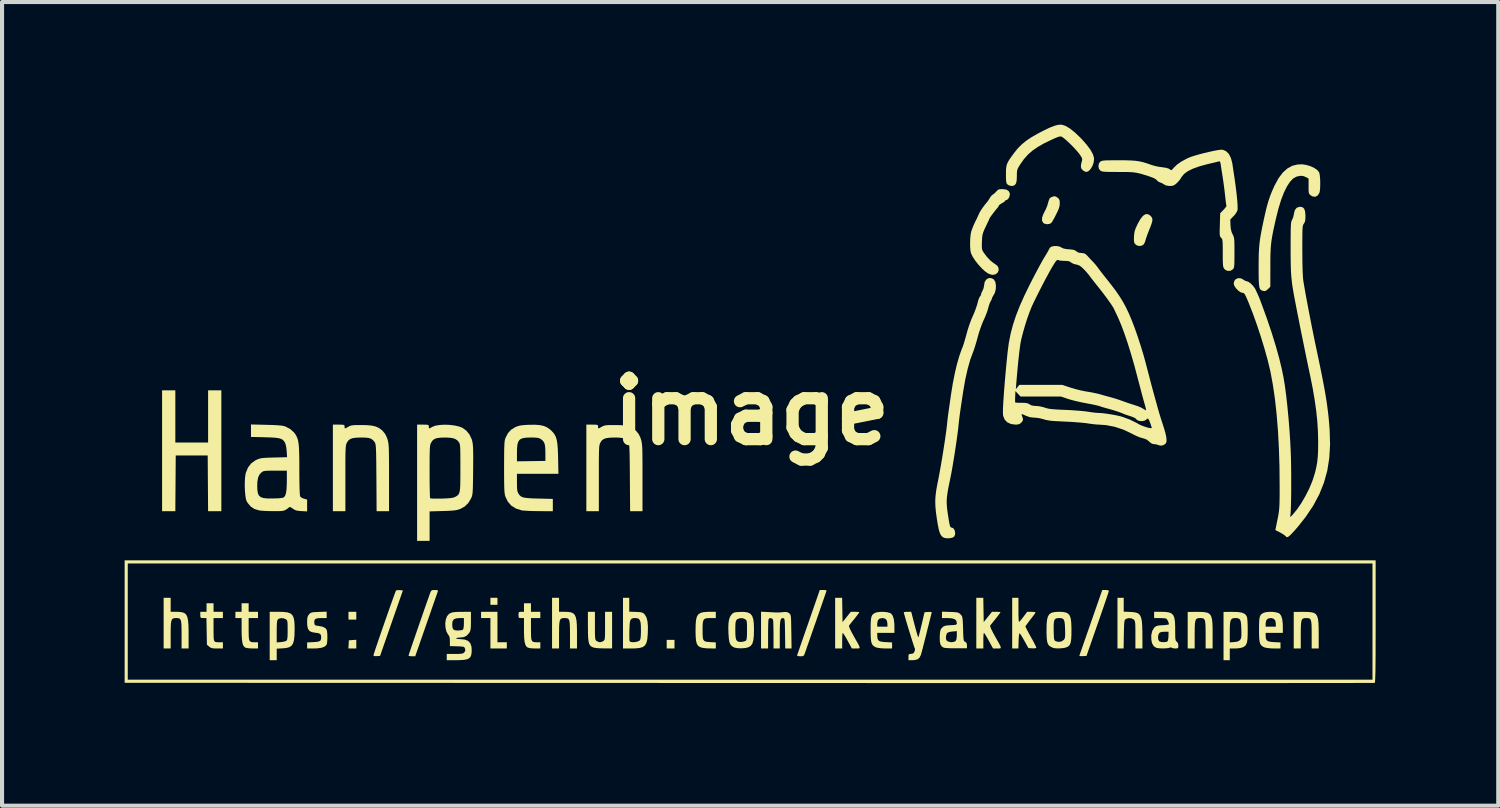
<source format=kicad_pcb>
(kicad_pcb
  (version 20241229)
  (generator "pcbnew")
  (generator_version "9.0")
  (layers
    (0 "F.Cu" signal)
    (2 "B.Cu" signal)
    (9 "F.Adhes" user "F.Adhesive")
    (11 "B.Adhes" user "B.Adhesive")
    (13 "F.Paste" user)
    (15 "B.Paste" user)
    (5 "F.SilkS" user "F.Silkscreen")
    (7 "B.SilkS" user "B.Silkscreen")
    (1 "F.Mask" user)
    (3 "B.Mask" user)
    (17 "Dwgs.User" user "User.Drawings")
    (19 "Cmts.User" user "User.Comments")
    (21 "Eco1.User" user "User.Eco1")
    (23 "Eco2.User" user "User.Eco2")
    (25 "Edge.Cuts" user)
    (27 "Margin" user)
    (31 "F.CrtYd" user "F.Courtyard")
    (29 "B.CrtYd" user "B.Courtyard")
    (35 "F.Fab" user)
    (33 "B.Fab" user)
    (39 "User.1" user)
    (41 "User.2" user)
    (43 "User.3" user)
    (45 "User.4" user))
  (footprint "image"
    (layer "F.Cu")
    (at 15.343 7.016)
    (property "Reference" "image" (at 0 0 0) (layer "F.SilkS") (effects (font (size 1.5 1.5) (thickness 0.3))))
    (attr board_only exclude_from_pos_files exclude_from_bom)
    (fp_poly (pts (xy -9.675 5) (xy -9.675 5.095) (xy -9.771 5.095) (xy -9.866 5.095) (xy -9.866 5) (xy -9.866 4.904) (xy -9.771 4.904) (xy -9.675 4.904)) (stroke (width 0) (type solid)) (fill yes) (layer "F.SilkS"))
    (fp_poly (pts (xy -9.675 5.695) (xy -9.675 5.801) (xy -9.772 5.801) (xy -9.868 5.801) (xy -9.862 5.701) (xy -9.857 5.601) (xy -9.766 5.595) (xy -9.675 5.589)) (stroke (width 0) (type solid)) (fill yes) (layer "F.SilkS"))
    (fp_poly (pts (xy -6.221 4.647) (xy -6.221 4.733) (xy -6.307 4.733) (xy -6.393 4.733) (xy -6.393 4.647) (xy -6.393 4.561) (xy -6.307 4.561) (xy -6.221 4.561)) (stroke (width 0) (type solid)) (fill yes) (layer "F.SilkS"))
    (fp_poly (pts (xy -1.889 5.696) (xy -1.889 5.801) (xy -1.985 5.801) (xy -2.08 5.801) (xy -2.08 5.696) (xy -2.08 5.591) (xy -1.985 5.591) (xy -1.889 5.591)) (stroke (width 0) (type solid)) (fill yes) (layer "F.SilkS"))
    (fp_poly (pts (xy -6.221 5.277) (xy -6.221 5.649) (xy -6.107 5.649) (xy -5.992 5.649) (xy -5.992 5.725) (xy -5.992 5.801) (xy -6.193 5.801) (xy -6.393 5.801) (xy -6.393 5.429) (xy -6.393 5.057) (xy -6.507 5.057) (xy -6.622 5.057) (xy -6.622 4.981) (xy -6.622 4.904) (xy -6.422 4.904) (xy -6.221 4.904)) (stroke (width 0) (type solid)) (fill yes) (layer "F.SilkS"))
    (fp_poly (pts (xy -14.103 0.124) (xy -14.103 0.763) (xy -13.702 0.763) (xy -13.301 0.763) (xy -13.301 0.124) (xy -13.301 -0.515) (xy -13.139 -0.515) (xy -12.977 -0.515) (xy -12.977 0.964) (xy -12.977 2.443) (xy -13.139 2.443) (xy -13.301 2.443) (xy -13.306 1.76) (xy -13.311 1.078) (xy -13.702 1.078) (xy -14.093 1.078) (xy -14.098 1.76) (xy -14.103 2.443) (xy -14.265 2.443) (xy -14.427 2.443) (xy -14.427 0.964) (xy -14.427 -0.515) (xy -14.265 -0.515) (xy -14.103 -0.515)) (stroke (width 0) (type solid)) (fill yes) (layer "F.SilkS"))
    (fp_poly (pts (xy -8.611 4.374) (xy -8.534 4.38) (xy -8.814 5.181) (xy -9.093 5.983) (xy -9.174 5.989) (xy -9.231 5.988) (xy -9.254 5.976) (xy -9.255 5.97) (xy -9.249 5.946) (xy -9.232 5.892) (xy -9.205 5.81) (xy -9.17 5.707) (xy -9.129 5.586) (xy -9.083 5.451) (xy -9.033 5.308) (xy -8.982 5.161) (xy -8.931 5.015) (xy -8.881 4.873) (xy -8.835 4.741) (xy -8.792 4.623) (xy -8.757 4.524) (xy -8.729 4.448) (xy -8.71 4.399) (xy -8.703 4.383) (xy -8.676 4.375) (xy -8.627 4.373)) (stroke (width 0) (type solid)) (fill yes) (layer "F.SilkS"))
    (fp_poly (pts (xy 8.716 4.375) (xy 8.739 4.391) (xy 8.739 4.394) (xy 8.733 4.416) (xy 8.715 4.471) (xy 8.688 4.554) (xy 8.651 4.662) (xy 8.607 4.791) (xy 8.557 4.936) (xy 8.502 5.095) (xy 8.465 5.2) (xy 8.192 5.983) (xy 8.101 5.989) (xy 8.049 5.989) (xy 8.02 5.982) (xy 8.018 5.976) (xy 8.025 5.955) (xy 8.044 5.901) (xy 8.073 5.819) (xy 8.11 5.712) (xy 8.155 5.584) (xy 8.205 5.439) (xy 8.261 5.28) (xy 8.301 5.164) (xy 8.578 4.37) (xy 8.659 4.37)) (stroke (width 0) (type solid)) (fill yes) (layer "F.SilkS"))
    (fp_poly (pts (xy 7.441 -5.258) (xy 7.488 -5.227) (xy 7.519 -5.197) (xy 7.534 -5.159) (xy 7.538 -5.099) (xy 7.538 -5.091) (xy 7.534 -5.035) (xy 7.519 -4.976) (xy 7.491 -4.905) (xy 7.45 -4.821) (xy 7.41 -4.743) (xy 7.373 -4.676) (xy 7.344 -4.629) (xy 7.333 -4.613) (xy 7.287 -4.587) (xy 7.226 -4.58) (xy 7.166 -4.592) (xy 7.131 -4.615) (xy 7.103 -4.673) (xy 7.107 -4.749) (xy 7.142 -4.84) (xy 7.157 -4.868) (xy 7.195 -4.943) (xy 7.229 -5.024) (xy 7.241 -5.064) (xy 7.263 -5.141) (xy 7.28 -5.19) (xy 7.298 -5.219) (xy 7.322 -5.237) (xy 7.34 -5.245) (xy 7.396 -5.264)) (stroke (width 0) (type solid)) (fill yes) (layer "F.SilkS"))
    (fp_poly (pts (xy 9.743 -4.799) (xy 9.762 -4.781) (xy 9.79 -4.747) (xy 9.804 -4.71) (xy 9.803 -4.662) (xy 9.786 -4.597) (xy 9.754 -4.509) (xy 9.731 -4.453) (xy 9.697 -4.367) (xy 9.667 -4.285) (xy 9.645 -4.221) (xy 9.638 -4.193) (xy 9.619 -4.135) (xy 9.592 -4.087) (xy 9.589 -4.083) (xy 9.537 -4.052) (xy 9.474 -4.047) (xy 9.412 -4.069) (xy 9.388 -4.089) (xy 9.367 -4.116) (xy 9.356 -4.149) (xy 9.352 -4.198) (xy 9.354 -4.275) (xy 9.354 -4.275) (xy 9.36 -4.351) (xy 9.372 -4.414) (xy 9.395 -4.48) (xy 9.432 -4.56) (xy 9.443 -4.585) (xy 9.508 -4.701) (xy 9.569 -4.779) (xy 9.628 -4.822) (xy 9.685 -4.828)) (stroke (width 0) (type solid)) (fill yes) (layer "F.SilkS"))
    (fp_poly (pts (xy 11.002 4.907) (xy 11.091 4.914) (xy 11.159 4.93) (xy 11.208 4.961) (xy 11.241 5.01) (xy 11.262 5.081) (xy 11.273 5.178) (xy 11.278 5.305) (xy 11.278 5.448) (xy 11.278 5.801) (xy 11.192 5.801) (xy 11.107 5.801) (xy 11.107 5.459) (xy 11.106 5.326) (xy 11.103 5.225) (xy 11.097 5.154) (xy 11.085 5.106) (xy 11.067 5.077) (xy 11.04 5.063) (xy 11.003 5.058) (xy 10.975 5.057) (xy 10.93 5.059) (xy 10.896 5.068) (xy 10.872 5.089) (xy 10.856 5.127) (xy 10.846 5.186) (xy 10.841 5.271) (xy 10.84 5.387) (xy 10.839 5.464) (xy 10.839 5.801) (xy 10.753 5.801) (xy 10.668 5.801) (xy 10.668 5.354) (xy 10.668 4.907) (xy 10.889 4.906)) (stroke (width 0) (type solid)) (fill yes) (layer "F.SilkS"))
    (fp_poly (pts (xy 13.597 4.907) (xy 13.686 4.914) (xy 13.754 4.93) (xy 13.803 4.961) (xy 13.836 5.01) (xy 13.857 5.081) (xy 13.868 5.178) (xy 13.873 5.305) (xy 13.874 5.448) (xy 13.874 5.801) (xy 13.788 5.801) (xy 13.702 5.801) (xy 13.702 5.459) (xy 13.701 5.326) (xy 13.699 5.225) (xy 13.692 5.154) (xy 13.681 5.106) (xy 13.662 5.077) (xy 13.635 5.063) (xy 13.598 5.058) (xy 13.57 5.057) (xy 13.525 5.059) (xy 13.492 5.068) (xy 13.467 5.089) (xy 13.451 5.127) (xy 13.442 5.186) (xy 13.437 5.271) (xy 13.435 5.387) (xy 13.435 5.464) (xy 13.435 5.801) (xy 13.349 5.801) (xy 13.263 5.801) (xy 13.263 5.354) (xy 13.263 4.907) (xy 13.484 4.906)) (stroke (width 0) (type solid)) (fill yes) (layer "F.SilkS"))
    (fp_poly (pts (xy -7.697 4.374) (xy -7.676 4.386) (xy -7.676 4.394) (xy -7.684 4.416) (xy -7.703 4.471) (xy -7.732 4.554) (xy -7.77 4.662) (xy -7.815 4.791) (xy -7.865 4.937) (xy -7.921 5.096) (xy -7.959 5.205) (xy -8.233 5.992) (xy -8.315 5.992) (xy -8.365 5.989) (xy -8.394 5.98) (xy -8.397 5.976) (xy -8.391 5.956) (xy -8.374 5.904) (xy -8.347 5.825) (xy -8.313 5.724) (xy -8.272 5.605) (xy -8.226 5.472) (xy -8.178 5.331) (xy -8.128 5.186) (xy -8.077 5.041) (xy -8.029 4.901) (xy -7.983 4.77) (xy -7.942 4.653) (xy -7.907 4.555) (xy -7.881 4.48) (xy -7.863 4.432) (xy -7.86 4.423) (xy -7.842 4.39) (xy -7.814 4.374) (xy -7.764 4.37) (xy -7.753 4.37)) (stroke (width 0) (type solid)) (fill yes) (layer "F.SilkS"))
    (fp_poly (pts (xy 1.799 4.373) (xy 1.829 4.379) (xy 1.832 4.382) (xy 1.826 4.403) (xy 1.809 4.455) (xy 1.781 4.535) (xy 1.745 4.64) (xy 1.702 4.765) (xy 1.653 4.907) (xy 1.599 5.061) (xy 1.582 5.112) (xy 1.525 5.273) (xy 1.472 5.426) (xy 1.424 5.565) (xy 1.381 5.687) (xy 1.346 5.788) (xy 1.32 5.862) (xy 1.305 5.906) (xy 1.303 5.911) (xy 1.284 5.961) (xy 1.262 5.985) (xy 1.224 5.992) (xy 1.189 5.992) (xy 1.133 5.988) (xy 1.111 5.977) (xy 1.111 5.968) (xy 1.119 5.946) (xy 1.138 5.891) (xy 1.167 5.808) (xy 1.204 5.7) (xy 1.249 5.571) (xy 1.299 5.425) (xy 1.355 5.266) (xy 1.393 5.157) (xy 1.666 4.37) (xy 1.749 4.37)) (stroke (width 0) (type solid)) (fill yes) (layer "F.SilkS"))
    (fp_poly (pts (xy -14.217 4.733) (xy -14.217 4.904) (xy -14.083 4.904) (xy -13.994 4.907) (xy -13.924 4.918) (xy -13.871 4.941) (xy -13.832 4.981) (xy -13.806 5.041) (xy -13.79 5.125) (xy -13.781 5.237) (xy -13.778 5.382) (xy -13.778 5.448) (xy -13.778 5.801) (xy -13.864 5.801) (xy -13.95 5.801) (xy -13.95 5.459) (xy -13.951 5.326) (xy -13.953 5.225) (xy -13.96 5.154) (xy -13.971 5.106) (xy -13.99 5.077) (xy -14.017 5.063) (xy -14.054 5.058) (xy -14.082 5.057) (xy -14.127 5.059) (xy -14.16 5.068) (xy -14.184 5.089) (xy -14.2 5.127) (xy -14.21 5.186) (xy -14.215 5.271) (xy -14.217 5.387) (xy -14.217 5.464) (xy -14.217 5.801) (xy -14.303 5.801) (xy -14.389 5.801) (xy -14.389 5.181) (xy -14.389 4.561) (xy -14.303 4.561) (xy -14.217 4.561)) (stroke (width 0) (type solid)) (fill yes) (layer "F.SilkS"))
    (fp_poly (pts (xy -4.714 4.733) (xy -4.714 4.904) (xy -4.579 4.904) (xy -4.49 4.907) (xy -4.42 4.918) (xy -4.367 4.941) (xy -4.329 4.981) (xy -4.303 5.041) (xy -4.286 5.125) (xy -4.278 5.237) (xy -4.275 5.382) (xy -4.275 5.448) (xy -4.275 5.801) (xy -4.361 5.801) (xy -4.446 5.801) (xy -4.446 5.459) (xy -4.447 5.326) (xy -4.45 5.225) (xy -4.456 5.154) (xy -4.468 5.106) (xy -4.486 5.077) (xy -4.513 5.063) (xy -4.55 5.058) (xy -4.578 5.057) (xy -4.623 5.059) (xy -4.657 5.068) (xy -4.681 5.089) (xy -4.697 5.127) (xy -4.707 5.186) (xy -4.712 5.271) (xy -4.713 5.387) (xy -4.714 5.464) (xy -4.714 5.801) (xy -4.799 5.801) (xy -4.885 5.801) (xy -4.885 5.181) (xy -4.885 4.561) (xy -4.799 4.561) (xy -4.714 4.561)) (stroke (width 0) (type solid)) (fill yes) (layer "F.SilkS"))
    (fp_poly (pts (xy -13.168 4.799) (xy -13.168 4.904) (xy -13.053 4.904) (xy -12.939 4.904) (xy -12.939 4.981) (xy -12.939 5.057) (xy -13.053 5.057) (xy -13.168 5.057) (xy -13.168 5.341) (xy -13.167 5.456) (xy -13.165 5.538) (xy -13.159 5.592) (xy -13.145 5.625) (xy -13.121 5.642) (xy -13.085 5.648) (xy -13.035 5.649) (xy -13.023 5.649) (xy -12.939 5.649) (xy -12.939 5.725) (xy -12.939 5.801) (xy -13.081 5.801) (xy -13.158 5.8) (xy -13.209 5.793) (xy -13.246 5.778) (xy -13.276 5.755) (xy -13.33 5.709) (xy -13.336 5.383) (xy -13.342 5.057) (xy -13.417 5.057) (xy -13.465 5.055) (xy -13.486 5.042) (xy -13.492 5.007) (xy -13.492 4.981) (xy -13.492 4.904) (xy -13.416 4.904) (xy -13.339 4.904) (xy -13.339 4.799) (xy -13.339 4.695) (xy -13.253 4.695) (xy -13.168 4.695)) (stroke (width 0) (type solid)) (fill yes) (layer "F.SilkS"))
    (fp_poly (pts (xy -12.309 4.799) (xy -12.309 4.904) (xy -12.194 4.904) (xy -12.08 4.904) (xy -12.08 4.981) (xy -12.08 5.057) (xy -12.194 5.057) (xy -12.309 5.057) (xy -12.309 5.333) (xy -12.308 5.449) (xy -12.305 5.533) (xy -12.296 5.589) (xy -12.279 5.623) (xy -12.252 5.641) (xy -12.211 5.648) (xy -12.157 5.649) (xy -12.08 5.649) (xy -12.08 5.725) (xy -12.08 5.801) (xy -12.218 5.801) (xy -12.292 5.798) (xy -12.354 5.79) (xy -12.391 5.78) (xy -12.392 5.78) (xy -12.424 5.753) (xy -12.448 5.711) (xy -12.464 5.651) (xy -12.474 5.565) (xy -12.48 5.45) (xy -12.481 5.344) (xy -12.481 5.057) (xy -12.557 5.057) (xy -12.633 5.057) (xy -12.633 4.981) (xy -12.633 4.904) (xy -12.557 4.904) (xy -12.481 4.904) (xy -12.481 4.799) (xy -12.481 4.695) (xy -12.395 4.695) (xy -12.309 4.695)) (stroke (width 0) (type solid)) (fill yes) (layer "F.SilkS"))
    (fp_poly (pts (xy -3.836 5.247) (xy -3.836 5.369) (xy -3.835 5.459) (xy -3.832 5.521) (xy -3.828 5.563) (xy -3.82 5.589) (xy -3.81 5.606) (xy -3.795 5.618) (xy -3.793 5.619) (xy -3.746 5.642) (xy -3.712 5.649) (xy -3.666 5.638) (xy -3.63 5.619) (xy -3.615 5.607) (xy -3.604 5.591) (xy -3.596 5.566) (xy -3.592 5.527) (xy -3.589 5.466) (xy -3.588 5.38) (xy -3.588 5.261) (xy -3.588 5.247) (xy -3.588 4.904) (xy -3.502 4.904) (xy -3.416 4.904) (xy -3.416 5.352) (xy -3.416 5.799) (xy -3.621 5.799) (xy -3.747 5.796) (xy -3.839 5.786) (xy -3.889 5.772) (xy -3.927 5.752) (xy -3.956 5.725) (xy -3.977 5.685) (xy -3.991 5.629) (xy -4.001 5.55) (xy -4.006 5.445) (xy -4.007 5.308) (xy -4.008 5.258) (xy -4.008 4.904) (xy -3.922 4.904) (xy -3.836 4.904)) (stroke (width 0) (type solid)) (fill yes) (layer "F.SilkS"))
    (fp_poly (pts (xy -0.878 4.981) (xy -0.878 5.057) (xy -1.008 5.057) (xy -1.081 5.059) (xy -1.133 5.068) (xy -1.168 5.089) (xy -1.188 5.129) (xy -1.199 5.192) (xy -1.202 5.284) (xy -1.202 5.357) (xy -1.201 5.465) (xy -1.196 5.541) (xy -1.182 5.591) (xy -1.156 5.62) (xy -1.113 5.636) (xy -1.05 5.643) (xy -1.009 5.646) (xy -0.878 5.653) (xy -0.878 5.727) (xy -0.878 5.801) (xy -1.026 5.8) (xy -1.108 5.797) (xy -1.183 5.789) (xy -1.238 5.777) (xy -1.24 5.776) (xy -1.288 5.754) (xy -1.323 5.721) (xy -1.347 5.672) (xy -1.363 5.602) (xy -1.371 5.505) (xy -1.374 5.376) (xy -1.374 5.357) (xy -1.371 5.214) (xy -1.362 5.104) (xy -1.341 5.023) (xy -1.307 4.967) (xy -1.255 4.932) (xy -1.183 4.913) (xy -1.087 4.905) (xy -1.031 4.904) (xy -0.878 4.904)) (stroke (width 0) (type solid)) (fill yes) (layer "F.SilkS"))
    (fp_poly (pts (xy 9.103 4.731) (xy 9.103 4.901) (xy 9.265 4.907) (xy 9.349 4.913) (xy 9.415 4.927) (xy 9.466 4.951) (xy 9.503 4.991) (xy 9.529 5.05) (xy 9.546 5.133) (xy 9.555 5.243) (xy 9.559 5.385) (xy 9.56 5.491) (xy 9.561 5.801) (xy 9.475 5.801) (xy 9.389 5.801) (xy 9.389 5.467) (xy 9.389 5.346) (xy 9.387 5.257) (xy 9.385 5.194) (xy 9.379 5.152) (xy 9.371 5.124) (xy 9.36 5.105) (xy 9.351 5.095) (xy 9.297 5.065) (xy 9.23 5.058) (xy 9.166 5.074) (xy 9.149 5.084) (xy 9.136 5.097) (xy 9.126 5.116) (xy 9.119 5.147) (xy 9.114 5.195) (xy 9.111 5.267) (xy 9.108 5.368) (xy 9.106 5.456) (xy 9.1 5.801) (xy 9.025 5.801) (xy 8.95 5.801) (xy 8.95 5.181) (xy 8.95 4.561) (xy 9.026 4.561) (xy 9.103 4.561)) (stroke (width 0) (type solid)) (fill yes) (layer "F.SilkS"))
    (fp_poly (pts (xy -5.401 4.799) (xy -5.401 4.904) (xy -5.286 4.904) (xy -5.172 4.904) (xy -5.172 4.981) (xy -5.172 5.057) (xy -5.286 5.057) (xy -5.401 5.057) (xy -5.401 5.333) (xy -5.4 5.449) (xy -5.397 5.533) (xy -5.388 5.589) (xy -5.371 5.623) (xy -5.344 5.641) (xy -5.303 5.648) (xy -5.249 5.649) (xy -5.172 5.649) (xy -5.172 5.725) (xy -5.172 5.801) (xy -5.31 5.801) (xy -5.41 5.796) (xy -5.475 5.781) (xy -5.491 5.772) (xy -5.521 5.743) (xy -5.542 5.697) (xy -5.558 5.632) (xy -5.567 5.541) (xy -5.572 5.42) (xy -5.572 5.329) (xy -5.572 5.057) (xy -5.639 5.057) (xy -5.682 5.055) (xy -5.701 5.041) (xy -5.706 5.003) (xy -5.706 4.981) (xy -5.704 4.932) (xy -5.691 4.91) (xy -5.659 4.905) (xy -5.639 4.904) (xy -5.572 4.904) (xy -5.572 4.799) (xy -5.572 4.695) (xy -5.486 4.695) (xy -5.401 4.695)) (stroke (width 0) (type solid)) (fill yes) (layer "F.SilkS"))
    (fp_poly (pts (xy 2.218 4.858) (xy 2.223 5.156) (xy 2.324 5.03) (xy 2.425 4.904) (xy 2.529 4.904) (xy 2.586 4.906) (xy 2.624 4.911) (xy 2.634 4.915) (xy 2.622 4.934) (xy 2.592 4.975) (xy 2.548 5.032) (xy 2.516 5.073) (xy 2.463 5.138) (xy 2.419 5.193) (xy 2.389 5.231) (xy 2.381 5.242) (xy 2.383 5.269) (xy 2.406 5.326) (xy 2.449 5.411) (xy 2.498 5.501) (xy 2.559 5.609) (xy 2.603 5.687) (xy 2.63 5.74) (xy 2.641 5.774) (xy 2.638 5.793) (xy 2.62 5.8) (xy 2.59 5.802) (xy 2.554 5.801) (xy 2.451 5.801) (xy 2.347 5.611) (xy 2.305 5.535) (xy 2.268 5.473) (xy 2.241 5.433) (xy 2.228 5.42) (xy 2.222 5.437) (xy 2.217 5.485) (xy 2.214 5.555) (xy 2.214 5.611) (xy 2.214 5.801) (xy 2.128 5.801) (xy 2.042 5.801) (xy 2.042 5.181) (xy 2.042 4.561) (xy 2.127 4.561) (xy 2.213 4.561)) (stroke (width 0) (type solid)) (fill yes) (layer "F.SilkS"))
    (fp_poly (pts (xy 5.672 4.858) (xy 5.677 5.156) (xy 5.778 5.03) (xy 5.879 4.904) (xy 5.983 4.904) (xy 6.041 4.906) (xy 6.078 4.911) (xy 6.088 4.915) (xy 6.076 4.934) (xy 6.046 4.975) (xy 6.002 5.032) (xy 5.97 5.073) (xy 5.917 5.138) (xy 5.873 5.193) (xy 5.843 5.231) (xy 5.835 5.242) (xy 5.837 5.269) (xy 5.86 5.326) (xy 5.903 5.411) (xy 5.952 5.501) (xy 6.013 5.609) (xy 6.057 5.687) (xy 6.084 5.74) (xy 6.095 5.774) (xy 6.092 5.793) (xy 6.074 5.8) (xy 6.044 5.802) (xy 6.008 5.801) (xy 5.905 5.801) (xy 5.801 5.611) (xy 5.759 5.535) (xy 5.722 5.473) (xy 5.695 5.433) (xy 5.683 5.42) (xy 5.676 5.437) (xy 5.671 5.485) (xy 5.668 5.555) (xy 5.668 5.611) (xy 5.668 5.801) (xy 5.582 5.801) (xy 5.496 5.801) (xy 5.496 5.181) (xy 5.496 4.561) (xy 5.581 4.561) (xy 5.667 4.561)) (stroke (width 0) (type solid)) (fill yes) (layer "F.SilkS"))
    (fp_poly (pts (xy -11.455 4.907) (xy -11.357 4.919) (xy -11.286 4.945) (xy -11.237 4.988) (xy -11.206 5.054) (xy -11.19 5.146) (xy -11.184 5.27) (xy -11.184 5.349) (xy -11.188 5.49) (xy -11.2 5.599) (xy -11.223 5.679) (xy -11.26 5.734) (xy -11.315 5.77) (xy -11.389 5.79) (xy -11.48 5.798) (xy -11.622 5.806) (xy -11.622 5.947) (xy -11.622 6.088) (xy -11.708 6.088) (xy -11.794 6.088) (xy -11.794 5.496) (xy -11.794 5.385) (xy -11.622 5.385) (xy -11.622 5.653) (xy -11.518 5.645) (xy -11.454 5.636) (xy -11.403 5.621) (xy -11.384 5.611) (xy -11.371 5.594) (xy -11.363 5.561) (xy -11.357 5.507) (xy -11.355 5.426) (xy -11.355 5.352) (xy -11.355 5.253) (xy -11.357 5.185) (xy -11.362 5.141) (xy -11.37 5.114) (xy -11.384 5.097) (xy -11.397 5.087) (xy -11.454 5.063) (xy -11.519 5.059) (xy -11.575 5.075) (xy -11.592 5.087) (xy -11.604 5.106) (xy -11.613 5.139) (xy -11.618 5.191) (xy -11.621 5.268) (xy -11.622 5.377) (xy -11.622 5.385) (xy -11.794 5.385) (xy -11.794 4.904) (xy -11.583 4.904)) (stroke (width 0) (type solid)) (fill yes) (layer "F.SilkS"))
    (fp_poly (pts (xy 6.527 4.857) (xy 6.527 4.958) (xy 6.53 5.044) (xy 6.533 5.109) (xy 6.538 5.146) (xy 6.541 5.152) (xy 6.558 5.137) (xy 6.592 5.099) (xy 6.635 5.045) (xy 6.648 5.028) (xy 6.741 4.904) (xy 6.844 4.904) (xy 6.9 4.907) (xy 6.938 4.913) (xy 6.946 4.919) (xy 6.935 4.939) (xy 6.905 4.982) (xy 6.861 5.04) (xy 6.822 5.09) (xy 6.771 5.157) (xy 6.73 5.213) (xy 6.704 5.251) (xy 6.698 5.264) (xy 6.707 5.286) (xy 6.731 5.335) (xy 6.768 5.404) (xy 6.813 5.487) (xy 6.832 5.521) (xy 6.88 5.608) (xy 6.92 5.684) (xy 6.949 5.742) (xy 6.964 5.776) (xy 6.965 5.782) (xy 6.947 5.795) (xy 6.894 5.799) (xy 6.868 5.798) (xy 6.771 5.792) (xy 6.671 5.611) (xy 6.628 5.537) (xy 6.592 5.478) (xy 6.565 5.44) (xy 6.553 5.429) (xy 6.545 5.447) (xy 6.538 5.495) (xy 6.533 5.564) (xy 6.531 5.615) (xy 6.525 5.801) (xy 6.449 5.801) (xy 6.374 5.801) (xy 6.374 5.181) (xy 6.374 4.561) (xy 6.45 4.561) (xy 6.527 4.561)) (stroke (width 0) (type solid)) (fill yes) (layer "F.SilkS"))
    (fp_poly (pts (xy -10.4 4.979) (xy -10.4 5.057) (xy -10.532 5.057) (xy -10.617 5.061) (xy -10.67 5.075) (xy -10.697 5.104) (xy -10.704 5.151) (xy -10.702 5.175) (xy -10.696 5.213) (xy -10.681 5.233) (xy -10.645 5.243) (xy -10.601 5.249) (xy -10.501 5.268) (xy -10.433 5.303) (xy -10.401 5.343) (xy -10.39 5.384) (xy -10.384 5.45) (xy -10.382 5.529) (xy -10.385 5.607) (xy -10.392 5.672) (xy -10.402 5.709) (xy -10.446 5.754) (xy -10.523 5.784) (xy -10.635 5.799) (xy -10.715 5.801) (xy -10.878 5.801) (xy -10.878 5.727) (xy -10.878 5.653) (xy -10.724 5.646) (xy -10.637 5.639) (xy -10.582 5.627) (xy -10.55 5.605) (xy -10.537 5.567) (xy -10.534 5.522) (xy -10.54 5.474) (xy -10.563 5.444) (xy -10.61 5.425) (xy -10.686 5.415) (xy -10.768 5.4) (xy -10.825 5.369) (xy -10.859 5.316) (xy -10.875 5.236) (xy -10.878 5.162) (xy -10.876 5.085) (xy -10.869 5.034) (xy -10.853 4.997) (xy -10.832 4.968) (xy -10.808 4.943) (xy -10.784 4.927) (xy -10.749 4.917) (xy -10.695 4.912) (xy -10.614 4.908) (xy -10.593 4.907) (xy -10.4 4.901)) (stroke (width 0) (type solid)) (fill yes) (layer "F.SilkS"))
    (fp_poly (pts (xy 11.886 4.909) (xy 11.979 4.921) (xy 12.046 4.945) (xy 12.091 4.98) (xy 12.118 5.03) (xy 12.125 5.066) (xy 12.131 5.132) (xy 12.135 5.22) (xy 12.137 5.32) (xy 12.137 5.355) (xy 12.135 5.486) (xy 12.13 5.584) (xy 12.118 5.656) (xy 12.098 5.706) (xy 12.069 5.742) (xy 12.029 5.767) (xy 12.012 5.774) (xy 11.958 5.789) (xy 11.884 5.799) (xy 11.823 5.801) (xy 11.698 5.801) (xy 11.698 5.944) (xy 11.698 6.088) (xy 11.622 6.088) (xy 11.545 6.088) (xy 11.545 5.497) (xy 11.545 5.398) (xy 11.698 5.398) (xy 11.698 5.653) (xy 11.806 5.644) (xy 11.877 5.635) (xy 11.923 5.616) (xy 11.951 5.59) (xy 11.967 5.566) (xy 11.977 5.536) (xy 11.982 5.492) (xy 11.983 5.426) (xy 11.981 5.33) (xy 11.981 5.328) (xy 11.976 5.221) (xy 11.967 5.146) (xy 11.95 5.098) (xy 11.922 5.071) (xy 11.881 5.059) (xy 11.829 5.057) (xy 11.782 5.061) (xy 11.748 5.075) (xy 11.724 5.106) (xy 11.709 5.157) (xy 11.701 5.234) (xy 11.698 5.342) (xy 11.698 5.398) (xy 11.545 5.398) (xy 11.545 4.907) (xy 11.76 4.906)) (stroke (width 0) (type solid)) (fill yes) (layer "F.SilkS"))
    (fp_poly (pts (xy -2.996 4.731) (xy -2.996 4.901) (xy -2.832 4.907) (xy -2.752 4.911) (xy -2.699 4.918) (xy -2.665 4.93) (xy -2.637 4.95) (xy -2.615 4.974) (xy -2.575 5.041) (xy -2.55 5.136) (xy -2.539 5.263) (xy -2.542 5.424) (xy -2.544 5.461) (xy -2.555 5.578) (xy -2.577 5.666) (xy -2.612 5.727) (xy -2.667 5.767) (xy -2.747 5.79) (xy -2.856 5.8) (xy -2.944 5.801) (xy -3.149 5.801) (xy -3.149 5.447) (xy -2.994 5.447) (xy -2.994 5.529) (xy -2.992 5.59) (xy -2.988 5.623) (xy -2.988 5.624) (xy -2.963 5.641) (xy -2.914 5.648) (xy -2.854 5.645) (xy -2.795 5.633) (xy -2.75 5.613) (xy -2.736 5.6) (xy -2.722 5.566) (xy -2.714 5.502) (xy -2.71 5.406) (xy -2.71 5.349) (xy -2.712 5.236) (xy -2.721 5.156) (xy -2.74 5.103) (xy -2.769 5.072) (xy -2.813 5.059) (xy -2.849 5.057) (xy -2.901 5.06) (xy -2.938 5.073) (xy -2.963 5.1) (xy -2.979 5.148) (xy -2.987 5.222) (xy -2.992 5.328) (xy -2.993 5.353) (xy -2.994 5.447) (xy -3.149 5.447) (xy -3.149 5.181) (xy -3.149 4.561) (xy -3.072 4.561) (xy -2.996 4.561)) (stroke (width 0) (type solid)) (fill yes) (layer "F.SilkS"))
    (fp_poly (pts (xy 3.243 4.906) (xy 3.324 4.916) (xy 3.388 4.935) (xy 3.414 4.95) (xy 3.452 5.003) (xy 3.477 5.082) (xy 3.49 5.191) (xy 3.492 5.272) (xy 3.492 5.42) (xy 3.282 5.42) (xy 3.072 5.42) (xy 3.072 5.492) (xy 3.078 5.557) (xy 3.097 5.6) (xy 3.137 5.626) (xy 3.204 5.64) (xy 3.281 5.646) (xy 3.435 5.653) (xy 3.435 5.727) (xy 3.435 5.801) (xy 3.268 5.801) (xy 3.174 5.797) (xy 3.094 5.787) (xy 3.041 5.774) (xy 3.04 5.774) (xy 2.995 5.75) (xy 2.961 5.721) (xy 2.938 5.682) (xy 2.923 5.625) (xy 2.914 5.545) (xy 2.911 5.438) (xy 2.91 5.344) (xy 2.911 5.218) (xy 2.912 5.192) (xy 3.072 5.192) (xy 3.072 5.267) (xy 3.196 5.267) (xy 3.321 5.267) (xy 3.321 5.192) (xy 3.308 5.119) (xy 3.272 5.075) (xy 3.208 5.057) (xy 3.196 5.057) (xy 3.129 5.07) (xy 3.088 5.11) (xy 3.073 5.179) (xy 3.072 5.192) (xy 2.912 5.192) (xy 2.915 5.123) (xy 2.923 5.055) (xy 2.937 5.007) (xy 2.958 4.973) (xy 2.989 4.948) (xy 3.018 4.931) (xy 3.078 4.913) (xy 3.156 4.905)) (stroke (width 0) (type solid)) (fill yes) (layer "F.SilkS"))
    (fp_poly (pts (xy 12.746 4.906) (xy 12.827 4.916) (xy 12.891 4.935) (xy 12.917 4.95) (xy 12.956 5.003) (xy 12.981 5.082) (xy 12.994 5.191) (xy 12.996 5.272) (xy 12.996 5.42) (xy 12.786 5.42) (xy 12.576 5.42) (xy 12.576 5.492) (xy 12.581 5.557) (xy 12.601 5.6) (xy 12.641 5.626) (xy 12.708 5.64) (xy 12.784 5.646) (xy 12.939 5.653) (xy 12.939 5.727) (xy 12.939 5.801) (xy 12.772 5.801) (xy 12.677 5.797) (xy 12.598 5.787) (xy 12.545 5.774) (xy 12.544 5.774) (xy 12.499 5.75) (xy 12.465 5.721) (xy 12.441 5.682) (xy 12.426 5.625) (xy 12.418 5.545) (xy 12.414 5.438) (xy 12.414 5.344) (xy 12.415 5.218) (xy 12.416 5.192) (xy 12.576 5.192) (xy 12.576 5.267) (xy 12.7 5.267) (xy 12.824 5.267) (xy 12.824 5.192) (xy 12.812 5.119) (xy 12.775 5.075) (xy 12.712 5.057) (xy 12.7 5.057) (xy 12.633 5.07) (xy 12.592 5.11) (xy 12.576 5.179) (xy 12.576 5.192) (xy 12.416 5.192) (xy 12.418 5.123) (xy 12.426 5.055) (xy 12.44 5.007) (xy 12.462 4.973) (xy 12.492 4.948) (xy 12.522 4.931) (xy 12.581 4.913) (xy 12.66 4.905)) (stroke (width 0) (type solid)) (fill yes) (layer "F.SilkS"))
    (fp_poly (pts (xy 3.946 5.071) (xy 3.987 5.229) (xy 4.02 5.352) (xy 4.045 5.441) (xy 4.063 5.497) (xy 4.075 5.524) (xy 4.079 5.526) (xy 4.086 5.506) (xy 4.1 5.454) (xy 4.12 5.378) (xy 4.142 5.284) (xy 4.159 5.215) (xy 4.229 4.914) (xy 4.32 4.908) (xy 4.375 4.906) (xy 4.4 4.912) (xy 4.403 4.928) (xy 4.401 4.937) (xy 4.394 4.964) (xy 4.379 5.023) (xy 4.357 5.109) (xy 4.331 5.215) (xy 4.3 5.336) (xy 4.275 5.439) (xy 4.242 5.57) (xy 4.211 5.692) (xy 4.184 5.798) (xy 4.161 5.883) (xy 4.145 5.941) (xy 4.138 5.964) (xy 4.102 6.031) (xy 4.051 6.07) (xy 3.975 6.086) (xy 3.939 6.088) (xy 3.836 6.088) (xy 3.836 6.011) (xy 3.838 5.962) (xy 3.85 5.941) (xy 3.88 5.935) (xy 3.891 5.935) (xy 3.937 5.927) (xy 3.964 5.911) (xy 3.984 5.875) (xy 3.995 5.834) (xy 3.995 5.803) (xy 3.99 5.797) (xy 3.982 5.779) (xy 3.966 5.73) (xy 3.942 5.657) (xy 3.913 5.565) (xy 3.881 5.461) (xy 3.847 5.352) (xy 3.814 5.243) (xy 3.783 5.14) (xy 3.757 5.05) (xy 3.736 4.978) (xy 3.724 4.931) (xy 3.721 4.916) (xy 3.738 4.909) (xy 3.782 4.905) (xy 3.812 4.904) (xy 3.903 4.904)) (stroke (width 0) (type solid)) (fill yes) (layer "F.SilkS"))
    (fp_poly (pts (xy 15.267 5.141) (xy 15.267 5.426) (xy 15.266 5.675) (xy 15.266 5.89) (xy 15.265 6.074) (xy 15.263 6.227) (xy 15.262 6.353) (xy 15.259 6.453) (xy 15.257 6.53) (xy 15.254 6.585) (xy 15.25 6.621) (xy 15.246 6.64) (xy 15.243 6.644) (xy 15.223 6.644) (xy 15.165 6.644) (xy 15.072 6.645) (xy 14.942 6.645) (xy 14.779 6.645) (xy 14.581 6.646) (xy 14.351 6.646) (xy 14.089 6.646) (xy 13.796 6.646) (xy 13.473 6.646) (xy 13.121 6.647) (xy 12.741 6.647) (xy 12.333 6.647) (xy 11.9 6.647) (xy 11.44 6.647) (xy 10.956 6.647) (xy 10.448 6.647) (xy 9.918 6.647) (xy 9.365 6.647) (xy 8.792 6.647) (xy 8.198 6.647) (xy 7.586 6.647) (xy 6.955 6.647) (xy 6.307 6.647) (xy 5.642 6.647) (xy 4.962 6.647) (xy 4.267 6.647) (xy 3.558 6.647) (xy 2.837 6.647) (xy 2.103 6.646) (xy 1.359 6.646) (xy 0.604 6.646) (xy -0.062 6.646) (xy -15.343 6.641) (xy -15.343 5.143) (xy -15.267 5.143) (xy -15.267 6.565) (xy -0.038 6.565) (xy 15.19 6.565) (xy 15.19 5.143) (xy 15.19 3.721) (xy -0.038 3.721) (xy -15.267 3.721) (xy -15.267 5.143) (xy -15.343 5.143) (xy -15.343 5.143) (xy -15.343 3.645) (xy -0.038 3.645) (xy 15.267 3.645)) (stroke (width 0) (type solid)) (fill yes) (layer "F.SilkS"))
    (fp_poly (pts (xy 0.415 4.911) (xy 0.512 4.916) (xy 0.58 4.92) (xy 0.628 4.921) (xy 0.665 4.921) (xy 0.7 4.918) (xy 0.741 4.914) (xy 0.764 4.912) (xy 0.832 4.908) (xy 0.876 4.915) (xy 0.912 4.936) (xy 0.917 4.939) (xy 0.932 4.953) (xy 0.944 4.968) (xy 0.952 4.989) (xy 0.958 5.023) (xy 0.963 5.075) (xy 0.965 5.148) (xy 0.967 5.249) (xy 0.969 5.383) (xy 0.97 5.389) (xy 0.975 5.801) (xy 0.898 5.801) (xy 0.821 5.801) (xy 0.816 5.434) (xy 0.814 5.307) (xy 0.812 5.213) (xy 0.809 5.147) (xy 0.804 5.104) (xy 0.798 5.078) (xy 0.788 5.066) (xy 0.776 5.06) (xy 0.774 5.06) (xy 0.745 5.059) (xy 0.724 5.071) (xy 0.708 5.1) (xy 0.697 5.151) (xy 0.691 5.228) (xy 0.688 5.335) (xy 0.687 5.461) (xy 0.687 5.801) (xy 0.611 5.801) (xy 0.534 5.801) (xy 0.534 5.472) (xy 0.533 5.361) (xy 0.531 5.261) (xy 0.529 5.178) (xy 0.525 5.122) (xy 0.522 5.1) (xy 0.499 5.068) (xy 0.461 5.057) (xy 0.426 5.068) (xy 0.412 5.087) (xy 0.409 5.115) (xy 0.405 5.175) (xy 0.403 5.259) (xy 0.401 5.361) (xy 0.401 5.459) (xy 0.401 5.801) (xy 0.315 5.801) (xy 0.229 5.801) (xy 0.229 5.352) (xy 0.229 4.902)) (stroke (width 0) (type solid)) (fill yes) (layer "F.SilkS"))
    (fp_poly (pts (xy 7.616 4.908) (xy 7.691 4.922) (xy 7.745 4.951) (xy 7.783 4.999) (xy 7.807 5.071) (xy 7.819 5.17) (xy 7.824 5.301) (xy 7.824 5.353) (xy 7.823 5.484) (xy 7.817 5.583) (xy 7.805 5.655) (xy 7.786 5.706) (xy 7.757 5.741) (xy 7.718 5.766) (xy 7.699 5.774) (xy 7.643 5.789) (xy 7.566 5.797) (xy 7.484 5.8) (xy 7.414 5.795) (xy 7.385 5.789) (xy 7.326 5.765) (xy 7.281 5.736) (xy 7.25 5.694) (xy 7.23 5.635) (xy 7.219 5.554) (xy 7.214 5.443) (xy 7.214 5.353) (xy 7.216 5.237) (xy 7.389 5.237) (xy 7.389 5.348) (xy 7.389 5.364) (xy 7.392 5.463) (xy 7.395 5.53) (xy 7.401 5.573) (xy 7.41 5.599) (xy 7.424 5.614) (xy 7.443 5.625) (xy 7.511 5.641) (xy 7.581 5.629) (xy 7.638 5.59) (xy 7.64 5.587) (xy 7.655 5.564) (xy 7.665 5.533) (xy 7.669 5.487) (xy 7.67 5.419) (xy 7.668 5.328) (xy 7.663 5.221) (xy 7.654 5.146) (xy 7.637 5.098) (xy 7.61 5.071) (xy 7.568 5.059) (xy 7.518 5.057) (xy 7.467 5.061) (xy 7.431 5.075) (xy 7.407 5.106) (xy 7.394 5.158) (xy 7.389 5.237) (xy 7.216 5.237) (xy 7.216 5.21) (xy 7.227 5.1) (xy 7.248 5.019) (xy 7.282 4.964) (xy 7.333 4.929) (xy 7.403 4.911) (xy 7.495 4.905) (xy 7.519 4.904)) (stroke (width 0) (type solid)) (fill yes) (layer "F.SilkS"))
    (fp_poly (pts (xy -0.095 4.921) (xy -0.032 4.952) (xy 0.011 5.005) (xy 0.038 5.084) (xy 0.052 5.191) (xy 0.056 5.332) (xy 0.056 5.349) (xy 0.052 5.491) (xy 0.04 5.6) (xy 0.017 5.68) (xy -0.021 5.735) (xy -0.075 5.77) (xy -0.149 5.789) (xy -0.235 5.797) (xy -0.341 5.795) (xy -0.419 5.78) (xy -0.433 5.775) (xy -0.483 5.745) (xy -0.519 5.706) (xy -0.543 5.651) (xy -0.558 5.571) (xy -0.567 5.461) (xy -0.568 5.452) (xy -0.571 5.347) (xy -0.401 5.347) (xy -0.401 5.349) (xy -0.399 5.456) (xy -0.393 5.532) (xy -0.381 5.582) (xy -0.361 5.614) (xy -0.332 5.633) (xy -0.324 5.636) (xy -0.276 5.642) (xy -0.215 5.636) (xy -0.161 5.62) (xy -0.141 5.609) (xy -0.129 5.589) (xy -0.121 5.549) (xy -0.116 5.484) (xy -0.115 5.388) (xy -0.115 5.352) (xy -0.115 5.253) (xy -0.117 5.185) (xy -0.122 5.141) (xy -0.13 5.114) (xy -0.144 5.097) (xy -0.157 5.087) (xy -0.22 5.061) (xy -0.29 5.061) (xy -0.35 5.084) (xy -0.363 5.095) (xy -0.379 5.116) (xy -0.39 5.144) (xy -0.397 5.187) (xy -0.4 5.252) (xy -0.401 5.347) (xy -0.571 5.347) (xy -0.572 5.302) (xy -0.568 5.184) (xy -0.554 5.094) (xy -0.53 5.025) (xy -0.496 4.975) (xy -0.467 4.944) (xy -0.437 4.926) (xy -0.397 4.915) (xy -0.335 4.91) (xy -0.29 4.908) (xy -0.18 4.907)) (stroke (width 0) (type solid)) (fill yes) (layer "F.SilkS"))
    (fp_poly (pts (xy -10.032 0.325) (xy -9.989 0.329) (xy -9.969 0.338) (xy -9.962 0.355) (xy -9.962 0.372) (xy -9.96 0.404) (xy -9.951 0.416) (xy -9.926 0.408) (xy -9.876 0.379) (xy -9.872 0.377) (xy -9.838 0.359) (xy -9.803 0.347) (xy -9.757 0.339) (xy -9.694 0.335) (xy -9.605 0.334) (xy -9.551 0.334) (xy -9.406 0.337) (xy -9.292 0.349) (xy -9.201 0.37) (xy -9.126 0.403) (xy -9.06 0.45) (xy -9.028 0.48) (xy -8.967 0.555) (xy -8.924 0.645) (xy -8.912 0.682) (xy -8.903 0.714) (xy -8.895 0.747) (xy -8.889 0.785) (xy -8.884 0.832) (xy -8.88 0.891) (xy -8.878 0.967) (xy -8.876 1.064) (xy -8.875 1.185) (xy -8.874 1.334) (xy -8.874 1.515) (xy -8.874 1.624) (xy -8.874 2.443) (xy -9.026 2.443) (xy -9.178 2.443) (xy -9.183 1.626) (xy -9.185 1.426) (xy -9.186 1.261) (xy -9.188 1.127) (xy -9.19 1.021) (xy -9.193 0.939) (xy -9.196 0.877) (xy -9.201 0.831) (xy -9.206 0.799) (xy -9.213 0.777) (xy -9.22 0.761) (xy -9.222 0.758) (xy -9.262 0.707) (xy -9.307 0.673) (xy -9.365 0.652) (xy -9.446 0.642) (xy -9.55 0.639) (xy -9.67 0.643) (xy -9.758 0.654) (xy -9.822 0.676) (xy -9.868 0.71) (xy -9.902 0.76) (xy -9.905 0.765) (xy -9.914 0.785) (xy -9.922 0.807) (xy -9.928 0.836) (xy -9.933 0.875) (xy -9.936 0.927) (xy -9.939 0.997) (xy -9.941 1.089) (xy -9.942 1.205) (xy -9.942 1.35) (xy -9.942 1.527) (xy -9.942 1.64) (xy -9.942 2.443) (xy -10.095 2.443) (xy -10.248 2.443) (xy -10.248 1.384) (xy -10.248 0.324) (xy -10.105 0.324)) (stroke (width 0) (type solid)) (fill yes) (layer "F.SilkS"))
    (fp_poly (pts (xy -3.83 0.325) (xy -3.787 0.329) (xy -3.766 0.338) (xy -3.76 0.355) (xy -3.759 0.372) (xy -3.758 0.404) (xy -3.749 0.416) (xy -3.724 0.408) (xy -3.674 0.379) (xy -3.67 0.377) (xy -3.636 0.359) (xy -3.601 0.347) (xy -3.555 0.339) (xy -3.492 0.335) (xy -3.403 0.334) (xy -3.349 0.334) (xy -3.204 0.337) (xy -3.09 0.349) (xy -2.998 0.37) (xy -2.924 0.403) (xy -2.858 0.45) (xy -2.826 0.48) (xy -2.765 0.555) (xy -2.722 0.645) (xy -2.71 0.682) (xy -2.701 0.714) (xy -2.693 0.747) (xy -2.687 0.785) (xy -2.682 0.832) (xy -2.678 0.891) (xy -2.675 0.967) (xy -2.674 1.064) (xy -2.673 1.185) (xy -2.672 1.334) (xy -2.672 1.515) (xy -2.672 1.624) (xy -2.672 2.443) (xy -2.824 2.443) (xy -2.975 2.443) (xy -2.981 1.626) (xy -2.982 1.426) (xy -2.984 1.261) (xy -2.986 1.127) (xy -2.988 1.021) (xy -2.991 0.939) (xy -2.994 0.877) (xy -2.998 0.831) (xy -3.004 0.799) (xy -3.01 0.777) (xy -3.018 0.761) (xy -3.02 0.758) (xy -3.06 0.707) (xy -3.104 0.673) (xy -3.163 0.652) (xy -3.243 0.642) (xy -3.348 0.639) (xy -3.468 0.643) (xy -3.556 0.654) (xy -3.62 0.676) (xy -3.666 0.71) (xy -3.7 0.76) (xy -3.703 0.765) (xy -3.712 0.785) (xy -3.72 0.807) (xy -3.726 0.836) (xy -3.731 0.875) (xy -3.734 0.927) (xy -3.737 0.997) (xy -3.738 1.089) (xy -3.74 1.205) (xy -3.74 1.35) (xy -3.74 1.527) (xy -3.74 1.64) (xy -3.74 2.443) (xy -3.893 2.443) (xy -4.046 2.443) (xy -4.046 1.384) (xy -4.046 0.324) (xy -3.903 0.324)) (stroke (width 0) (type solid)) (fill yes) (layer "F.SilkS"))
    (fp_poly (pts (xy 4.856 4.907) (xy 4.947 4.911) (xy 5.008 4.916) (xy 5.048 4.924) (xy 5.077 4.938) (xy 5.102 4.96) (xy 5.109 4.967) (xy 5.129 4.988) (xy 5.144 5.009) (xy 5.153 5.037) (xy 5.16 5.079) (xy 5.165 5.14) (xy 5.169 5.227) (xy 5.172 5.32) (xy 5.175 5.433) (xy 5.179 5.514) (xy 5.184 5.569) (xy 5.191 5.603) (xy 5.2 5.623) (xy 5.214 5.634) (xy 5.224 5.639) (xy 5.255 5.663) (xy 5.266 5.706) (xy 5.267 5.727) (xy 5.267 5.796) (xy 5.005 5.797) (xy 4.905 5.797) (xy 4.816 5.794) (xy 4.747 5.789) (xy 4.705 5.783) (xy 4.7 5.782) (xy 4.652 5.752) (xy 4.62 5.705) (xy 4.604 5.634) (xy 4.601 5.536) (xy 4.752 5.536) (xy 4.76 5.589) (xy 4.766 5.603) (xy 4.805 5.632) (xy 4.864 5.646) (xy 4.927 5.645) (xy 4.979 5.627) (xy 4.989 5.619) (xy 5.011 5.573) (xy 5.019 5.492) (xy 5.019 5.483) (xy 5.019 5.377) (xy 4.911 5.386) (xy 4.834 5.398) (xy 4.788 5.419) (xy 4.778 5.43) (xy 4.759 5.477) (xy 4.752 5.536) (xy 4.601 5.536) (xy 4.601 5.534) (xy 4.602 5.506) (xy 4.606 5.425) (xy 4.614 5.371) (xy 4.626 5.335) (xy 4.648 5.306) (xy 4.661 5.291) (xy 4.692 5.264) (xy 4.726 5.248) (xy 4.773 5.238) (xy 4.844 5.233) (xy 4.867 5.232) (xy 4.942 5.228) (xy 4.988 5.222) (xy 5.01 5.212) (xy 5.018 5.196) (xy 5.019 5.179) (xy 5.007 5.123) (xy 4.969 5.085) (xy 4.902 5.064) (xy 4.803 5.057) (xy 4.799 5.057) (xy 4.656 5.057) (xy 4.656 4.979) (xy 4.656 4.901)) (stroke (width 0) (type solid)) (fill yes) (layer "F.SilkS"))
    (fp_poly (pts (xy 10.13 4.908) (xy 10.214 4.92) (xy 10.275 4.946) (xy 10.317 4.99) (xy 10.343 5.056) (xy 10.357 5.15) (xy 10.362 5.275) (xy 10.362 5.342) (xy 10.363 5.449) (xy 10.364 5.524) (xy 10.368 5.574) (xy 10.375 5.604) (xy 10.386 5.623) (xy 10.4 5.634) (xy 10.43 5.669) (xy 10.439 5.728) (xy 10.439 5.73) (xy 10.437 5.776) (xy 10.423 5.796) (xy 10.386 5.801) (xy 10.363 5.801) (xy 10.313 5.797) (xy 10.28 5.786) (xy 10.276 5.782) (xy 10.251 5.773) (xy 10.229 5.782) (xy 10.189 5.792) (xy 10.125 5.798) (xy 10.049 5.8) (xy 9.975 5.797) (xy 9.916 5.789) (xy 9.895 5.783) (xy 9.835 5.742) (xy 9.797 5.675) (xy 9.779 5.591) (xy 9.778 5.537) (xy 9.942 5.537) (xy 9.951 5.592) (xy 9.974 5.627) (xy 9.976 5.628) (xy 10.023 5.643) (xy 10.086 5.647) (xy 10.143 5.641) (xy 10.169 5.631) (xy 10.187 5.6) (xy 10.196 5.535) (xy 10.198 5.503) (xy 10.2 5.391) (xy 10.098 5.392) (xy 10.029 5.397) (xy 9.988 5.411) (xy 9.969 5.429) (xy 9.948 5.478) (xy 9.942 5.537) (xy 9.778 5.537) (xy 9.777 5.474) (xy 9.801 5.373) (xy 9.847 5.296) (xy 9.858 5.285) (xy 9.889 5.26) (xy 9.927 5.245) (xy 9.982 5.237) (xy 10.058 5.232) (xy 10.129 5.227) (xy 10.182 5.219) (xy 10.208 5.211) (xy 10.21 5.209) (xy 10.201 5.17) (xy 10.181 5.122) (xy 10.157 5.083) (xy 10.146 5.072) (xy 10.117 5.065) (xy 10.061 5.06) (xy 9.991 5.057) (xy 9.985 5.057) (xy 9.847 5.057) (xy 9.847 4.981) (xy 9.847 4.904) (xy 10.02 4.904)) (stroke (width 0) (type solid)) (fill yes) (layer "F.SilkS"))
    (fp_poly (pts (xy 13.575 -6.029) (xy 13.676 -5.998) (xy 13.767 -5.955) (xy 13.839 -5.905) (xy 13.882 -5.853) (xy 13.886 -5.846) (xy 13.898 -5.795) (xy 13.907 -5.717) (xy 13.911 -5.624) (xy 13.911 -5.528) (xy 13.907 -5.441) (xy 13.898 -5.374) (xy 13.892 -5.351) (xy 13.852 -5.285) (xy 13.797 -5.253) (xy 13.733 -5.256) (xy 13.676 -5.287) (xy 13.653 -5.308) (xy 13.638 -5.33) (xy 13.63 -5.364) (xy 13.626 -5.417) (xy 13.626 -5.499) (xy 13.626 -5.512) (xy 13.626 -5.697) (xy 13.556 -5.735) (xy 13.491 -5.76) (xy 13.424 -5.764) (xy 13.34 -5.746) (xy 13.327 -5.742) (xy 13.249 -5.699) (xy 13.173 -5.62) (xy 13.098 -5.505) (xy 13.025 -5.359) (xy 12.956 -5.181) (xy 12.892 -4.973) (xy 12.835 -4.75) (xy 12.795 -4.572) (xy 12.762 -4.423) (xy 12.738 -4.295) (xy 12.719 -4.18) (xy 12.706 -4.07) (xy 12.698 -3.956) (xy 12.693 -3.832) (xy 12.691 -3.689) (xy 12.691 -3.534) (xy 12.69 -3.05) (xy 12.635 -2.995) (xy 12.588 -2.955) (xy 12.548 -2.942) (xy 12.499 -2.953) (xy 12.487 -2.958) (xy 12.462 -2.97) (xy 12.443 -2.988) (xy 12.429 -3.015) (xy 12.419 -3.057) (xy 12.412 -3.117) (xy 12.407 -3.201) (xy 12.405 -3.312) (xy 12.404 -3.455) (xy 12.404 -3.524) (xy 12.405 -3.705) (xy 12.408 -3.858) (xy 12.415 -3.991) (xy 12.426 -4.115) (xy 12.442 -4.239) (xy 12.465 -4.372) (xy 12.495 -4.524) (xy 12.53 -4.69) (xy 12.57 -4.869) (xy 12.607 -5.019) (xy 12.644 -5.147) (xy 12.683 -5.263) (xy 12.726 -5.374) (xy 12.777 -5.488) (xy 12.796 -5.53) (xy 12.891 -5.704) (xy 12.994 -5.842) (xy 13.106 -5.943) (xy 13.228 -6.01) (xy 13.361 -6.042) (xy 13.473 -6.045)) (stroke (width 0) (type solid)) (fill yes) (layer "F.SilkS"))
    (fp_poly (pts (xy 7.596 -7.013) (xy 7.685 -6.983) (xy 7.79 -6.919) (xy 7.909 -6.824) (xy 8.041 -6.698) (xy 8.077 -6.661) (xy 8.196 -6.526) (xy 8.287 -6.404) (xy 8.347 -6.297) (xy 8.375 -6.206) (xy 8.378 -6.176) (xy 8.367 -6.092) (xy 8.339 -6.01) (xy 8.299 -5.939) (xy 8.251 -5.886) (xy 8.201 -5.86) (xy 8.188 -5.859) (xy 8.15 -5.87) (xy 8.105 -5.897) (xy 8.103 -5.898) (xy 8.067 -5.94) (xy 8.054 -5.993) (xy 8.064 -6.067) (xy 8.075 -6.109) (xy 8.086 -6.151) (xy 8.085 -6.184) (xy 8.069 -6.221) (xy 8.035 -6.274) (xy 8.026 -6.287) (xy 7.982 -6.344) (xy 7.921 -6.413) (xy 7.85 -6.488) (xy 7.775 -6.563) (xy 7.703 -6.63) (xy 7.641 -6.683) (xy 7.595 -6.716) (xy 7.588 -6.72) (xy 7.563 -6.727) (xy 7.531 -6.725) (xy 7.486 -6.711) (xy 7.419 -6.684) (xy 7.344 -6.65) (xy 7.155 -6.559) (xy 6.998 -6.469) (xy 6.867 -6.378) (xy 6.757 -6.281) (xy 6.661 -6.172) (xy 6.577 -6.054) (xy 6.534 -5.986) (xy 6.508 -5.935) (xy 6.494 -5.889) (xy 6.489 -5.833) (xy 6.488 -5.754) (xy 6.488 -5.753) (xy 6.484 -5.651) (xy 6.468 -5.58) (xy 6.438 -5.538) (xy 6.391 -5.518) (xy 6.355 -5.515) (xy 6.299 -5.528) (xy 6.259 -5.553) (xy 6.242 -5.574) (xy 6.231 -5.602) (xy 6.225 -5.645) (xy 6.222 -5.711) (xy 6.221 -5.804) (xy 6.222 -5.896) (xy 6.228 -5.969) (xy 6.24 -6.032) (xy 6.264 -6.091) (xy 6.301 -6.156) (xy 6.356 -6.235) (xy 6.428 -6.333) (xy 6.514 -6.439) (xy 6.609 -6.534) (xy 6.718 -6.623) (xy 6.847 -6.709) (xy 7.002 -6.798) (xy 7.168 -6.884) (xy 7.299 -6.946) (xy 7.405 -6.987) (xy 7.49 -7.01) (xy 7.561 -7.016)) (stroke (width 0) (type solid)) (fill yes) (layer "F.SilkS"))
    (fp_poly (pts (xy -6.87 5.131) (xy -6.871 5.229) (xy -6.874 5.299) (xy -6.88 5.347) (xy -6.891 5.382) (xy -6.908 5.413) (xy -6.914 5.421) (xy -6.971 5.486) (xy -7.04 5.522) (xy -7.132 5.534) (xy -7.142 5.534) (xy -7.195 5.538) (xy -7.227 5.547) (xy -7.233 5.553) (xy -7.215 5.564) (xy -7.172 5.571) (xy -7.137 5.572) (xy -7.024 5.583) (xy -6.941 5.615) (xy -6.886 5.671) (xy -6.857 5.754) (xy -6.851 5.835) (xy -6.855 5.922) (xy -6.87 5.986) (xy -6.901 6.032) (xy -6.953 6.062) (xy -7.03 6.079) (xy -7.136 6.086) (xy -7.232 6.088) (xy -7.462 6.088) (xy -7.462 6.011) (xy -7.462 5.935) (xy -7.264 5.935) (xy -7.173 5.934) (xy -7.112 5.931) (xy -7.073 5.923) (xy -7.048 5.911) (xy -7.032 5.896) (xy -7.008 5.857) (xy -7.013 5.812) (xy -7.015 5.806) (xy -7.025 5.781) (xy -7.04 5.766) (xy -7.068 5.757) (xy -7.117 5.752) (xy -7.195 5.749) (xy -7.209 5.748) (xy -7.385 5.743) (xy -7.385 5.627) (xy -7.388 5.554) (xy -7.4 5.504) (xy -7.425 5.464) (xy -7.432 5.456) (xy -7.47 5.385) (xy -7.492 5.293) (xy -7.497 5.202) (xy -7.328 5.202) (xy -7.328 5.203) (xy -7.323 5.281) (xy -7.305 5.33) (xy -7.267 5.354) (xy -7.203 5.362) (xy -7.188 5.362) (xy -7.127 5.358) (xy -7.08 5.348) (xy -7.065 5.34) (xy -7.052 5.308) (xy -7.044 5.249) (xy -7.042 5.187) (xy -7.042 5.057) (xy -7.142 5.057) (xy -7.231 5.064) (xy -7.288 5.088) (xy -7.319 5.133) (xy -7.328 5.202) (xy -7.497 5.202) (xy -7.498 5.192) (xy -7.485 5.095) (xy -7.456 5.016) (xy -7.445 5) (xy -7.412 4.962) (xy -7.373 4.935) (xy -7.321 4.918) (xy -7.248 4.909) (xy -7.148 4.905) (xy -7.094 4.905) (xy -6.87 4.904)) (stroke (width 0) (type solid)) (fill yes) (layer "F.SilkS"))
    (fp_poly (pts (xy 6.227 -5.428) (xy 6.286 -5.394) (xy 6.314 -5.339) (xy 6.317 -5.309) (xy 6.306 -5.254) (xy 6.28 -5.205) (xy 6.246 -5.175) (xy 6.23 -5.172) (xy 6.205 -5.161) (xy 6.202 -5.153) (xy 6.187 -5.134) (xy 6.147 -5.107) (xy 6.126 -5.095) (xy 6.08 -5.068) (xy 6.053 -5.045) (xy 6.049 -5.038) (xy 6.038 -5.013) (xy 6.009 -4.974) (xy 6.002 -4.967) (xy 5.966 -4.924) (xy 5.924 -4.87) (xy 5.882 -4.814) (xy 5.846 -4.765) (xy 5.824 -4.732) (xy 5.82 -4.724) (xy 5.813 -4.704) (xy 5.792 -4.657) (xy 5.76 -4.591) (xy 5.73 -4.528) (xy 5.69 -4.443) (xy 5.664 -4.378) (xy 5.648 -4.322) (xy 5.639 -4.261) (xy 5.635 -4.182) (xy 5.633 -4.151) (xy 5.631 -4.063) (xy 5.632 -4.002) (xy 5.638 -3.96) (xy 5.652 -3.926) (xy 5.675 -3.889) (xy 5.681 -3.879) (xy 5.758 -3.778) (xy 5.841 -3.691) (xy 5.922 -3.626) (xy 5.955 -3.606) (xy 6.013 -3.56) (xy 6.041 -3.504) (xy 6.041 -3.444) (xy 6.015 -3.392) (xy 5.966 -3.354) (xy 5.895 -3.34) (xy 5.893 -3.34) (xy 5.847 -3.35) (xy 5.791 -3.372) (xy 5.781 -3.377) (xy 5.709 -3.427) (xy 5.627 -3.503) (xy 5.544 -3.594) (xy 5.468 -3.691) (xy 5.406 -3.786) (xy 5.367 -3.868) (xy 5.365 -3.872) (xy 5.352 -3.937) (xy 5.345 -4.027) (xy 5.344 -4.131) (xy 5.348 -4.237) (xy 5.358 -4.333) (xy 5.373 -4.406) (xy 5.398 -4.476) (xy 5.432 -4.56) (xy 5.466 -4.634) (xy 5.503 -4.707) (xy 5.536 -4.778) (xy 5.559 -4.83) (xy 5.589 -4.889) (xy 5.637 -4.964) (xy 5.695 -5.043) (xy 5.753 -5.114) (xy 5.761 -5.124) (xy 5.794 -5.168) (xy 5.827 -5.222) (xy 5.827 -5.224) (xy 5.861 -5.272) (xy 5.899 -5.306) (xy 5.902 -5.307) (xy 5.943 -5.337) (xy 5.986 -5.381) (xy 5.989 -5.384) (xy 6.02 -5.417) (xy 6.055 -5.433) (xy 6.107 -5.438) (xy 6.137 -5.439)) (stroke (width 0) (type solid)) (fill yes) (layer "F.SilkS"))
    (fp_poly (pts (xy -5.18 0.336) (xy -5.083 0.358) (xy -5.002 0.394) (xy -4.929 0.447) (xy -4.913 0.461) (xy -4.863 0.512) (xy -4.823 0.564) (xy -4.793 0.624) (xy -4.771 0.696) (xy -4.756 0.786) (xy -4.746 0.9) (xy -4.739 1.044) (xy -4.737 1.14) (xy -4.729 1.527) (xy -5.236 1.527) (xy -5.744 1.527) (xy -5.744 1.739) (xy -5.743 1.838) (xy -5.739 1.907) (xy -5.731 1.956) (xy -5.717 1.993) (xy -5.706 2.013) (xy -5.681 2.049) (xy -5.651 2.077) (xy -5.613 2.097) (xy -5.559 2.112) (xy -5.486 2.121) (xy -5.387 2.128) (xy -5.256 2.132) (xy -5.215 2.133) (xy -4.866 2.142) (xy -4.866 2.292) (xy -4.866 2.443) (xy -5.205 2.441) (xy -5.322 2.439) (xy -5.431 2.436) (xy -5.525 2.431) (xy -5.595 2.426) (xy -5.627 2.422) (xy -5.767 2.378) (xy -5.881 2.307) (xy -5.968 2.208) (xy -6.025 2.09) (xy -6.035 2.06) (xy -6.042 2.024) (xy -6.048 1.98) (xy -6.052 1.921) (xy -6.055 1.845) (xy -6.057 1.746) (xy -6.058 1.62) (xy -6.059 1.463) (xy -6.059 1.364) (xy -6.058 1.189) (xy -6.057 1.048) (xy -6.057 1.011) (xy -5.744 1.011) (xy -5.744 1.222) (xy -5.396 1.217) (xy -5.048 1.212) (xy -5.048 1.009) (xy -5.051 0.899) (xy -5.061 0.819) (xy -5.08 0.761) (xy -5.111 0.717) (xy -5.157 0.679) (xy -5.166 0.673) (xy -5.202 0.656) (xy -5.251 0.646) (xy -5.322 0.64) (xy -5.402 0.639) (xy -5.52 0.643) (xy -5.608 0.657) (xy -5.669 0.686) (xy -5.709 0.734) (xy -5.732 0.808) (xy -5.742 0.911) (xy -5.744 1.011) (xy -6.057 1.011) (xy -6.056 0.935) (xy -6.053 0.849) (xy -6.05 0.782) (xy -6.045 0.733) (xy -6.039 0.695) (xy -6.03 0.666) (xy -6.025 0.65) (xy -5.965 0.534) (xy -5.887 0.449) (xy -5.786 0.386) (xy -5.785 0.386) (xy -5.732 0.364) (xy -5.678 0.349) (xy -5.614 0.339) (xy -5.53 0.332) (xy -5.448 0.328) (xy -5.299 0.327)) (stroke (width 0) (type solid)) (fill yes) (layer "F.SilkS"))
    (fp_poly (pts (xy -7.971 0.325) (xy -7.928 0.329) (xy -7.908 0.338) (xy -7.901 0.355) (xy -7.901 0.372) (xy -7.899 0.405) (xy -7.89 0.416) (xy -7.863 0.407) (xy -7.815 0.379) (xy -7.74 0.35) (xy -7.638 0.333) (xy -7.52 0.326) (xy -7.394 0.33) (xy -7.271 0.345) (xy -7.161 0.37) (xy -7.079 0.401) (xy -6.984 0.47) (xy -6.905 0.567) (xy -6.85 0.684) (xy -6.842 0.712) (xy -6.833 0.751) (xy -6.826 0.795) (xy -6.821 0.849) (xy -6.817 0.917) (xy -6.815 1.005) (xy -6.814 1.116) (xy -6.815 1.257) (xy -6.816 1.43) (xy -6.816 1.431) (xy -6.818 1.599) (xy -6.82 1.733) (xy -6.822 1.839) (xy -6.825 1.919) (xy -6.829 1.98) (xy -6.834 2.026) (xy -6.841 2.061) (xy -6.85 2.09) (xy -6.862 2.118) (xy -6.866 2.128) (xy -6.937 2.245) (xy -7.028 2.331) (xy -7.136 2.389) (xy -7.183 2.405) (xy -7.234 2.417) (xy -7.295 2.425) (xy -7.375 2.431) (xy -7.482 2.436) (xy -7.562 2.438) (xy -7.881 2.447) (xy -7.881 2.807) (xy -7.881 3.168) (xy -8.034 3.168) (xy -8.187 3.168) (xy -8.187 1.746) (xy -8.187 1.475) (xy -7.881 1.475) (xy -7.881 1.627) (xy -7.88 1.768) (xy -7.878 1.891) (xy -7.876 1.993) (xy -7.873 2.069) (xy -7.87 2.115) (xy -7.867 2.126) (xy -7.844 2.131) (xy -7.79 2.134) (xy -7.712 2.135) (xy -7.618 2.134) (xy -7.586 2.134) (xy -7.467 2.129) (xy -7.38 2.123) (xy -7.318 2.114) (xy -7.274 2.101) (xy -7.257 2.093) (xy -7.222 2.074) (xy -7.194 2.054) (xy -7.172 2.03) (xy -7.156 1.997) (xy -7.144 1.951) (xy -7.136 1.888) (xy -7.131 1.804) (xy -7.129 1.694) (xy -7.128 1.554) (xy -7.128 1.384) (xy -7.128 1.218) (xy -7.129 1.087) (xy -7.13 0.985) (xy -7.132 0.908) (xy -7.136 0.852) (xy -7.141 0.813) (xy -7.148 0.785) (xy -7.157 0.765) (xy -7.161 0.758) (xy -7.205 0.706) (xy -7.262 0.671) (xy -7.339 0.65) (xy -7.444 0.641) (xy -7.5 0.64) (xy -7.618 0.643) (xy -7.705 0.655) (xy -7.768 0.679) (xy -7.813 0.717) (xy -7.844 0.765) (xy -7.854 0.787) (xy -7.863 0.812) (xy -7.869 0.844) (xy -7.874 0.888) (xy -7.877 0.947) (xy -7.879 1.026) (xy -7.881 1.13) (xy -7.881 1.262) (xy -7.881 1.427) (xy -7.881 1.475) (xy -8.187 1.475) (xy -8.187 0.324) (xy -8.044 0.324)) (stroke (width 0) (type solid)) (fill yes) (layer "F.SilkS"))
    (fp_poly (pts (xy -11.875 0.329) (xy -11.731 0.333) (xy -11.62 0.338) (xy -11.537 0.345) (xy -11.474 0.353) (xy -11.428 0.364) (xy -11.413 0.369) (xy -11.292 0.432) (xy -11.197 0.517) (xy -11.164 0.563) (xy -11.139 0.606) (xy -11.119 0.651) (xy -11.103 0.701) (xy -11.091 0.761) (xy -11.082 0.836) (xy -11.076 0.93) (xy -11.072 1.047) (xy -11.069 1.192) (xy -11.069 1.369) (xy -11.069 1.437) (xy -11.068 1.615) (xy -11.066 1.769) (xy -11.063 1.895) (xy -11.059 1.991) (xy -11.054 2.054) (xy -11.049 2.081) (xy -11.019 2.109) (xy -10.968 2.133) (xy -10.954 2.137) (xy -10.878 2.158) (xy -10.878 2.302) (xy -10.878 2.447) (xy -11.018 2.44) (xy -11.098 2.433) (xy -11.153 2.422) (xy -11.198 2.4) (xy -11.23 2.378) (xy -11.277 2.347) (xy -11.308 2.339) (xy -11.314 2.342) (xy -11.337 2.364) (xy -11.379 2.394) (xy -11.393 2.402) (xy -11.424 2.419) (xy -11.457 2.43) (xy -11.502 2.437) (xy -11.564 2.44) (xy -11.652 2.441) (xy -11.717 2.441) (xy -11.82 2.439) (xy -11.917 2.435) (xy -11.997 2.43) (xy -12.05 2.423) (xy -12.054 2.423) (xy -12.171 2.386) (xy -12.262 2.325) (xy -12.336 2.235) (xy -12.359 2.195) (xy -12.377 2.139) (xy -12.39 2.055) (xy -12.399 1.952) (xy -12.404 1.839) (xy -12.404 1.809) (xy -12.099 1.809) (xy -12.096 1.918) (xy -12.084 1.999) (xy -12.059 2.058) (xy -12.015 2.097) (xy -11.949 2.12) (xy -11.856 2.13) (xy -11.73 2.131) (xy -11.683 2.13) (xy -11.58 2.127) (xy -11.51 2.12) (xy -11.465 2.111) (xy -11.44 2.097) (xy -11.439 2.096) (xy -11.413 2.057) (xy -11.394 1.995) (xy -11.382 1.907) (xy -11.376 1.789) (xy -11.374 1.684) (xy -11.374 1.45) (xy -11.657 1.45) (xy -11.768 1.451) (xy -11.848 1.452) (xy -11.903 1.456) (xy -11.941 1.463) (xy -11.968 1.474) (xy -11.991 1.49) (xy -11.994 1.492) (xy -12.045 1.547) (xy -12.078 1.62) (xy -12.095 1.717) (xy -12.099 1.809) (xy -12.404 1.809) (xy -12.403 1.726) (xy -12.397 1.621) (xy -12.385 1.535) (xy -12.378 1.503) (xy -12.324 1.373) (xy -12.245 1.271) (xy -12.142 1.197) (xy -12.121 1.187) (xy -12.079 1.168) (xy -12.038 1.155) (xy -11.993 1.145) (xy -11.935 1.139) (xy -11.858 1.134) (xy -11.753 1.131) (xy -11.691 1.129) (xy -11.369 1.121) (xy -11.378 0.976) (xy -11.387 0.89) (xy -11.402 0.815) (xy -11.419 0.768) (xy -11.444 0.727) (xy -11.475 0.696) (xy -11.516 0.672) (xy -11.574 0.656) (xy -11.653 0.645) (xy -11.759 0.638) (xy -11.897 0.634) (xy -11.913 0.633) (xy -12.252 0.625) (xy -12.252 0.473) (xy -12.252 0.32)) (stroke (width 0) (type solid)) (fill yes) (layer "F.SilkS"))
    (fp_poly (pts (xy 5.907 -3.241) (xy 5.932 -3.219) (xy 5.962 -3.163) (xy 5.976 -3.084) (xy 5.973 -2.997) (xy 5.954 -2.913) (xy 5.925 -2.855) (xy 5.896 -2.807) (xy 5.879 -2.769) (xy 5.878 -2.761) (xy 5.867 -2.729) (xy 5.847 -2.694) (xy 5.826 -2.652) (xy 5.804 -2.588) (xy 5.789 -2.533) (xy 5.768 -2.462) (xy 5.736 -2.373) (xy 5.697 -2.279) (xy 5.677 -2.237) (xy 5.638 -2.145) (xy 5.596 -2.031) (xy 5.556 -1.91) (xy 5.527 -1.807) (xy 5.499 -1.705) (xy 5.47 -1.608) (xy 5.444 -1.526) (xy 5.424 -1.47) (xy 5.422 -1.465) (xy 5.35 -1.272) (xy 5.285 -1.042) (xy 5.225 -0.775) (xy 5.172 -0.471) (xy 5.162 -0.401) (xy 5.145 -0.289) (xy 5.126 -0.163) (xy 5.109 -0.046) (xy 5.104 -0.01) (xy 5.088 0.102) (xy 5.073 0.228) (xy 5.06 0.346) (xy 5.058 0.372) (xy 5.047 0.465) (xy 5.031 0.588) (xy 5.011 0.732) (xy 4.988 0.89) (xy 4.963 1.052) (xy 4.937 1.212) (xy 4.912 1.361) (xy 4.889 1.491) (xy 4.869 1.594) (xy 4.867 1.603) (xy 4.833 1.768) (xy 4.806 1.903) (xy 4.788 2.015) (xy 4.776 2.11) (xy 4.771 2.196) (xy 4.773 2.28) (xy 4.78 2.368) (xy 4.793 2.468) (xy 4.805 2.551) (xy 4.823 2.663) (xy 4.837 2.742) (xy 4.849 2.794) (xy 4.861 2.824) (xy 4.874 2.839) (xy 4.89 2.843) (xy 4.893 2.843) (xy 4.934 2.86) (xy 4.963 2.903) (xy 4.978 2.959) (xy 4.975 3.018) (xy 4.955 3.062) (xy 4.918 3.087) (xy 4.857 3.102) (xy 4.788 3.106) (xy 4.724 3.098) (xy 4.696 3.088) (xy 4.658 3.062) (xy 4.628 3.025) (xy 4.602 2.971) (xy 4.579 2.896) (xy 4.558 2.794) (xy 4.535 2.66) (xy 4.529 2.619) (xy 4.507 2.459) (xy 4.495 2.321) (xy 4.491 2.196) (xy 4.498 2.073) (xy 4.514 1.94) (xy 4.541 1.787) (xy 4.56 1.696) (xy 4.581 1.585) (xy 4.606 1.451) (xy 4.633 1.299) (xy 4.66 1.138) (xy 4.687 0.973) (xy 4.712 0.812) (xy 4.735 0.66) (xy 4.754 0.525) (xy 4.769 0.414) (xy 4.778 0.332) (xy 4.779 0.324) (xy 4.787 0.239) (xy 4.8 0.133) (xy 4.814 0.027) (xy 4.819 -0.01) (xy 4.835 -0.119) (xy 4.853 -0.244) (xy 4.87 -0.363) (xy 4.875 -0.401) (xy 4.919 -0.674) (xy 4.969 -0.929) (xy 5.024 -1.162) (xy 5.084 -1.367) (xy 5.146 -1.54) (xy 5.156 -1.563) (xy 5.175 -1.614) (xy 5.2 -1.693) (xy 5.228 -1.788) (xy 5.256 -1.89) (xy 5.259 -1.902) (xy 5.292 -2.016) (xy 5.332 -2.137) (xy 5.374 -2.249) (xy 5.41 -2.332) (xy 5.451 -2.426) (xy 5.488 -2.526) (xy 5.517 -2.615) (xy 5.525 -2.647) (xy 5.544 -2.717) (xy 5.564 -2.774) (xy 5.582 -2.805) (xy 5.583 -2.806) (xy 5.607 -2.841) (xy 5.611 -2.86) (xy 5.62 -2.896) (xy 5.644 -2.945) (xy 5.649 -2.954) (xy 5.675 -3.017) (xy 5.687 -3.086) (xy 5.687 -3.089) (xy 5.701 -3.166) (xy 5.737 -3.223) (xy 5.789 -3.257) (xy 5.848 -3.264)) (stroke (width 0) (type solid)) (fill yes) (layer "F.SilkS"))
    (fp_poly (pts (xy 11.521 -6.403) (xy 11.606 -6.368) (xy 11.675 -6.3) (xy 11.726 -6.2) (xy 11.76 -6.07) (xy 11.763 -6.049) (xy 11.769 -6.006) (xy 11.78 -5.934) (xy 11.794 -5.843) (xy 11.809 -5.742) (xy 11.812 -5.725) (xy 11.835 -5.561) (xy 11.855 -5.404) (xy 11.871 -5.26) (xy 11.883 -5.134) (xy 11.889 -5.031) (xy 11.89 -4.958) (xy 11.887 -4.925) (xy 11.864 -4.872) (xy 11.82 -4.81) (xy 11.792 -4.779) (xy 11.711 -4.696) (xy 11.715 -4.56) (xy 11.724 -4.462) (xy 11.744 -4.385) (xy 11.766 -4.337) (xy 11.782 -4.305) (xy 11.794 -4.274) (xy 11.803 -4.238) (xy 11.808 -4.191) (xy 11.811 -4.125) (xy 11.812 -4.036) (xy 11.813 -3.916) (xy 11.813 -3.884) (xy 11.812 -3.757) (xy 11.811 -3.662) (xy 11.809 -3.594) (xy 11.804 -3.547) (xy 11.798 -3.515) (xy 11.788 -3.494) (xy 11.774 -3.477) (xy 11.774 -3.477) (xy 11.717 -3.441) (xy 11.652 -3.436) (xy 11.591 -3.461) (xy 11.566 -3.485) (xy 11.552 -3.506) (xy 11.541 -3.53) (xy 11.534 -3.564) (xy 11.53 -3.614) (xy 11.527 -3.686) (xy 11.526 -3.786) (xy 11.526 -3.874) (xy 11.526 -3.995) (xy 11.525 -4.085) (xy 11.522 -4.147) (xy 11.517 -4.19) (xy 11.51 -4.217) (xy 11.499 -4.235) (xy 11.486 -4.248) (xy 11.471 -4.264) (xy 11.46 -4.284) (xy 11.454 -4.314) (xy 11.451 -4.36) (xy 11.451 -4.43) (xy 11.454 -4.529) (xy 11.455 -4.567) (xy 11.463 -4.849) (xy 11.545 -4.932) (xy 11.586 -4.978) (xy 11.612 -5.015) (xy 11.616 -5.031) (xy 11.611 -5.056) (xy 11.603 -5.11) (xy 11.594 -5.186) (xy 11.585 -5.267) (xy 11.572 -5.383) (xy 11.555 -5.516) (xy 11.537 -5.647) (xy 11.527 -5.715) (xy 11.511 -5.815) (xy 11.496 -5.91) (xy 11.484 -5.989) (xy 11.477 -6.036) (xy 11.467 -6.091) (xy 11.453 -6.116) (xy 11.433 -6.118) (xy 11.404 -6.11) (xy 11.345 -6.095) (xy 11.265 -6.076) (xy 11.172 -6.054) (xy 11.154 -6.05) (xy 10.958 -5.997) (xy 10.799 -5.94) (xy 10.674 -5.879) (xy 10.581 -5.811) (xy 10.519 -5.736) (xy 10.51 -5.721) (xy 10.474 -5.665) (xy 10.422 -5.606) (xy 10.399 -5.583) (xy 10.347 -5.541) (xy 10.301 -5.521) (xy 10.242 -5.515) (xy 10.231 -5.515) (xy 10.144 -5.526) (xy 10.091 -5.552) (xy 10.039 -5.584) (xy 9.992 -5.602) (xy 9.943 -5.627) (xy 9.912 -5.658) (xy 9.88 -5.687) (xy 9.818 -5.717) (xy 9.723 -5.752) (xy 9.699 -5.76) (xy 9.595 -5.792) (xy 9.511 -5.817) (xy 9.437 -5.834) (xy 9.367 -5.846) (xy 9.29 -5.853) (xy 9.199 -5.857) (xy 9.086 -5.858) (xy 8.967 -5.858) (xy 8.833 -5.859) (xy 8.732 -5.86) (xy 8.658 -5.862) (xy 8.606 -5.867) (xy 8.571 -5.873) (xy 8.547 -5.882) (xy 8.529 -5.894) (xy 8.529 -5.894) (xy 8.495 -5.938) (xy 8.484 -6.002) (xy 8.495 -6.065) (xy 8.529 -6.109) (xy 8.546 -6.121) (xy 8.569 -6.13) (xy 8.603 -6.136) (xy 8.653 -6.141) (xy 8.725 -6.143) (xy 8.823 -6.144) (xy 8.953 -6.145) (xy 8.981 -6.145) (xy 9.14 -6.144) (xy 9.27 -6.14) (xy 9.378 -6.133) (xy 9.473 -6.12) (xy 9.562 -6.101) (xy 9.655 -6.074) (xy 9.758 -6.039) (xy 9.79 -6.027) (xy 9.864 -6.006) (xy 9.955 -5.986) (xy 10.043 -5.974) (xy 10.145 -5.959) (xy 10.211 -5.937) (xy 10.23 -5.924) (xy 10.254 -5.905) (xy 10.274 -5.905) (xy 10.299 -5.928) (xy 10.327 -5.961) (xy 10.404 -6.036) (xy 10.512 -6.112) (xy 10.642 -6.183) (xy 10.697 -6.208) (xy 10.764 -6.234) (xy 10.854 -6.262) (xy 10.96 -6.292) (xy 11.074 -6.322) (xy 11.19 -6.349) (xy 11.299 -6.373) (xy 11.395 -6.391) (xy 11.47 -6.402) (xy 11.517 -6.403)) (stroke (width 0) (type solid)) (fill yes) (layer "F.SilkS"))
    (fp_poly (pts (xy 13.477 -4.996) (xy 13.517 -4.961) (xy 13.54 -4.898) (xy 13.549 -4.804) (xy 13.549 -4.781) (xy 13.547 -4.7) (xy 13.538 -4.645) (xy 13.52 -4.606) (xy 13.511 -4.594) (xy 13.5 -4.578) (xy 13.492 -4.56) (xy 13.485 -4.533) (xy 13.48 -4.495) (xy 13.477 -4.441) (xy 13.475 -4.366) (xy 13.474 -4.266) (xy 13.473 -4.137) (xy 13.473 -3.974) (xy 13.473 -3.963) (xy 13.474 -3.809) (xy 13.475 -3.66) (xy 13.478 -3.523) (xy 13.482 -3.403) (xy 13.487 -3.307) (xy 13.492 -3.241) (xy 13.493 -3.231) (xy 13.506 -3.142) (xy 13.527 -3.021) (xy 13.553 -2.871) (xy 13.585 -2.699) (xy 13.621 -2.507) (xy 13.661 -2.302) (xy 13.703 -2.087) (xy 13.747 -1.868) (xy 13.792 -1.649) (xy 13.837 -1.435) (xy 13.858 -1.336) (xy 13.916 -1.059) (xy 13.965 -0.814) (xy 14.007 -0.595) (xy 14.042 -0.397) (xy 14.071 -0.214) (xy 14.094 -0.042) (xy 14.114 0.126) (xy 14.129 0.293) (xy 14.142 0.46) (xy 14.152 0.811) (xy 14.133 1.14) (xy 14.084 1.45) (xy 14.002 1.746) (xy 13.887 2.032) (xy 13.738 2.31) (xy 13.553 2.585) (xy 13.362 2.826) (xy 13.296 2.902) (xy 13.234 2.97) (xy 13.182 3.023) (xy 13.148 3.055) (xy 13.143 3.058) (xy 13.107 3.078) (xy 13.083 3.073) (xy 13.06 3.05) (xy 13.024 3.02) (xy 12.967 2.984) (xy 12.919 2.958) (xy 12.813 2.904) (xy 12.865 2.649) (xy 12.88 2.576) (xy 12.891 2.511) (xy 12.9 2.45) (xy 12.907 2.386) (xy 12.912 2.314) (xy 12.915 2.227) (xy 12.917 2.121) (xy 12.918 1.988) (xy 12.918 1.824) (xy 12.918 1.809) (xy 12.914 1.346) (xy 12.9 0.899) (xy 12.877 0.473) (xy 12.844 0.07) (xy 12.803 -0.307) (xy 12.752 -0.653) (xy 12.694 -0.967) (xy 12.681 -1.023) (xy 12.621 -1.272) (xy 12.545 -1.543) (xy 12.458 -1.827) (xy 12.364 -2.112) (xy 12.266 -2.386) (xy 12.167 -2.64) (xy 12.124 -2.743) (xy 12.09 -2.819) (xy 12.065 -2.866) (xy 12.043 -2.891) (xy 12.02 -2.9) (xy 12.008 -2.901) (xy 11.959 -2.916) (xy 11.903 -2.957) (xy 11.851 -3.011) (xy 11.811 -3.07) (xy 11.794 -3.123) (xy 11.794 -3.127) (xy 11.809 -3.193) (xy 11.85 -3.239) (xy 11.908 -3.261) (xy 11.974 -3.254) (xy 12.028 -3.225) (xy 12.07 -3.198) (xy 12.104 -3.187) (xy 12.104 -3.187) (xy 12.15 -3.172) (xy 12.207 -3.132) (xy 12.263 -3.077) (xy 12.31 -3.015) (xy 12.327 -2.984) (xy 12.368 -2.894) (xy 12.399 -2.826) (xy 12.424 -2.767) (xy 12.448 -2.705) (xy 12.477 -2.627) (xy 12.482 -2.614) (xy 12.61 -2.26) (xy 12.724 -1.922) (xy 12.822 -1.604) (xy 12.905 -1.309) (xy 12.97 -1.041) (xy 13.013 -0.83) (xy 13.047 -0.622) (xy 13.079 -0.382) (xy 13.108 -0.118) (xy 13.135 0.164) (xy 13.159 0.456) (xy 13.178 0.751) (xy 13.188 0.954) (xy 13.193 1.085) (xy 13.197 1.233) (xy 13.199 1.392) (xy 13.201 1.559) (xy 13.201 1.728) (xy 13.201 1.894) (xy 13.2 2.052) (xy 13.197 2.198) (xy 13.194 2.326) (xy 13.19 2.431) (xy 13.185 2.509) (xy 13.179 2.554) (xy 13.178 2.557) (xy 13.175 2.579) (xy 13.185 2.578) (xy 13.214 2.552) (xy 13.244 2.519) (xy 13.346 2.395) (xy 13.449 2.244) (xy 13.548 2.074) (xy 13.638 1.897) (xy 13.712 1.721) (xy 13.741 1.639) (xy 13.783 1.501) (xy 13.814 1.373) (xy 13.837 1.246) (xy 13.851 1.111) (xy 13.859 0.958) (xy 13.861 0.779) (xy 13.861 0.735) (xy 13.855 0.491) (xy 13.84 0.247) (xy 13.814 -0.005) (xy 13.777 -0.27) (xy 13.729 -0.554) (xy 13.667 -0.865) (xy 13.636 -1.011) (xy 13.616 -1.105) (xy 13.59 -1.23) (xy 13.559 -1.38) (xy 13.525 -1.548) (xy 13.488 -1.729) (xy 13.45 -1.915) (xy 13.413 -2.1) (xy 13.378 -2.279) (xy 13.345 -2.444) (xy 13.317 -2.59) (xy 13.303 -2.662) (xy 13.272 -2.823) (xy 13.248 -2.961) (xy 13.228 -3.084) (xy 13.214 -3.198) (xy 13.203 -3.311) (xy 13.195 -3.429) (xy 13.191 -3.561) (xy 13.188 -3.712) (xy 13.187 -3.891) (xy 13.187 -3.998) (xy 13.187 -4.171) (xy 13.188 -4.31) (xy 13.189 -4.42) (xy 13.191 -4.503) (xy 13.194 -4.566) (xy 13.198 -4.611) (xy 13.204 -4.643) (xy 13.212 -4.666) (xy 13.221 -4.684) (xy 13.222 -4.685) (xy 13.246 -4.74) (xy 13.264 -4.81) (xy 13.267 -4.835) (xy 13.29 -4.923) (xy 13.333 -4.98) (xy 13.397 -5.005) (xy 13.418 -5.006)) (stroke (width 0) (type solid)) (fill yes) (layer "F.SilkS"))
    (fp_poly (pts (xy 7.481 -4.044) (xy 7.546 -4.028) (xy 7.578 -4.01) (xy 7.627 -3.986) (xy 7.702 -3.971) (xy 7.761 -3.966) (xy 7.842 -3.959) (xy 7.895 -3.947) (xy 7.933 -3.926) (xy 7.944 -3.916) (xy 7.998 -3.884) (xy 8.071 -3.874) (xy 8.126 -3.869) (xy 8.167 -3.851) (xy 8.211 -3.81) (xy 8.217 -3.802) (xy 8.271 -3.744) (xy 8.332 -3.68) (xy 8.356 -3.654) (xy 8.408 -3.597) (xy 8.457 -3.536) (xy 8.475 -3.511) (xy 8.505 -3.47) (xy 8.552 -3.408) (xy 8.61 -3.333) (xy 8.673 -3.254) (xy 8.674 -3.254) (xy 8.802 -3.091) (xy 8.909 -2.949) (xy 8.998 -2.82) (xy 9.074 -2.698) (xy 9.142 -2.576) (xy 9.206 -2.445) (xy 9.234 -2.384) (xy 9.304 -2.218) (xy 9.378 -2.023) (xy 9.452 -1.809) (xy 9.525 -1.585) (xy 9.593 -1.359) (xy 9.652 -1.142) (xy 9.666 -1.088) (xy 9.721 -0.876) (xy 9.786 -0.627) (xy 9.864 -0.343) (xy 9.94 -0.067) (xy 9.973 0.047) (xy 10.012 0.174) (xy 10.051 0.294) (xy 10.067 0.344) (xy 10.097 0.438) (xy 10.123 0.532) (xy 10.141 0.613) (xy 10.147 0.651) (xy 10.151 0.716) (xy 10.145 0.758) (xy 10.127 0.788) (xy 10.117 0.799) (xy 10.062 0.831) (xy 9.996 0.838) (xy 9.942 0.821) (xy 9.904 0.808) (xy 9.851 0.802) (xy 9.85 0.802) (xy 9.793 0.791) (xy 9.741 0.753) (xy 9.728 0.74) (xy 9.672 0.694) (xy 9.6 0.664) (xy 9.563 0.655) (xy 9.496 0.635) (xy 9.411 0.6) (xy 9.32 0.556) (xy 9.284 0.536) (xy 9.091 0.445) (xy 8.883 0.377) (xy 8.67 0.336) (xy 8.502 0.324) (xy 8.439 0.321) (xy 8.354 0.312) (xy 8.26 0.3) (xy 8.225 0.294) (xy 8.147 0.284) (xy 8.042 0.274) (xy 7.917 0.264) (xy 7.783 0.255) (xy 7.652 0.249) (xy 7.509 0.242) (xy 7.397 0.236) (xy 7.311 0.228) (xy 7.243 0.218) (xy 7.188 0.206) (xy 7.143 0.193) (xy 7.051 0.169) (xy 6.955 0.155) (xy 6.912 0.153) (xy 6.809 0.143) (xy 6.716 0.11) (xy 6.707 0.106) (xy 6.654 0.081) (xy 6.617 0.068) (xy 6.605 0.067) (xy 6.606 0.089) (xy 6.619 0.125) (xy 6.639 0.185) (xy 6.631 0.232) (xy 6.594 0.278) (xy 6.55 0.31) (xy 6.493 0.323) (xy 6.46 0.324) (xy 6.346 0.31) (xy 6.255 0.268) (xy 6.19 0.201) (xy 6.154 0.111) (xy 6.149 0.077) (xy 6.147 0.017) (xy 6.149 -0.078) (xy 6.155 -0.202) (xy 6.161 -0.293) (xy 6.445 -0.293) (xy 6.445 -0.242) (xy 6.448 -0.218) (xy 6.449 -0.218) (xy 6.47 -0.214) (xy 6.52 -0.211) (xy 6.588 -0.21) (xy 6.603 -0.21) (xy 6.686 -0.208) (xy 6.742 -0.2) (xy 6.781 -0.184) (xy 6.799 -0.172) (xy 6.85 -0.145) (xy 6.922 -0.134) (xy 6.951 -0.134) (xy 7.032 -0.126) (xy 7.122 -0.107) (xy 7.168 -0.093) (xy 7.214 -0.078) (xy 7.267 -0.066) (xy 7.33 -0.057) (xy 7.412 -0.05) (xy 7.519 -0.043) (xy 7.658 -0.037) (xy 7.662 -0.037) (xy 7.794 -0.031) (xy 7.927 -0.022) (xy 8.05 -0.012) (xy 8.155 -0.002) (xy 8.225 0.008) (xy 8.315 0.021) (xy 8.401 0.032) (xy 8.47 0.037) (xy 8.49 0.038) (xy 8.574 0.043) (xy 8.683 0.056) (xy 8.803 0.075) (xy 8.922 0.097) (xy 9.027 0.121) (xy 9.084 0.138) (xy 9.257 0.203) (xy 9.421 0.284) (xy 9.474 0.315) (xy 9.528 0.341) (xy 9.595 0.367) (xy 9.665 0.39) (xy 9.728 0.406) (xy 9.773 0.411) (xy 9.788 0.408) (xy 9.785 0.389) (xy 9.772 0.344) (xy 9.752 0.287) (xy 9.725 0.219) (xy 9.704 0.183) (xy 9.685 0.176) (xy 9.663 0.192) (xy 9.658 0.199) (xy 9.615 0.226) (xy 9.555 0.238) (xy 9.491 0.234) (xy 9.436 0.216) (xy 9.403 0.185) (xy 9.401 0.181) (xy 9.379 0.163) (xy 9.33 0.14) (xy 9.265 0.117) (xy 9.261 0.115) (xy 9.19 0.093) (xy 9.13 0.072) (xy 9.093 0.057) (xy 9.037 0.034) (xy 8.957 0.005) (xy 8.863 -0.025) (xy 8.769 -0.053) (xy 8.712 -0.068) (xy 8.636 -0.089) (xy 8.563 -0.111) (xy 8.525 -0.124) (xy 8.48 -0.138) (xy 8.407 -0.155) (xy 8.314 -0.175) (xy 8.211 -0.194) (xy 8.182 -0.2) (xy 8.066 -0.222) (xy 7.945 -0.249) (xy 7.834 -0.277) (xy 7.746 -0.303) (xy 7.74 -0.305) (xy 7.569 -0.363) (xy 7.074 -0.363) (xy 6.579 -0.363) (xy 6.516 -0.429) (xy 6.453 -0.496) (xy 6.447 -0.361) (xy 6.445 -0.293) (xy 6.161 -0.293) (xy 6.165 -0.353) (xy 6.177 -0.527) (xy 6.179 -0.544) (xy 6.464 -0.544) (xy 6.506 -0.596) (xy 6.548 -0.649) (xy 7.073 -0.649) (xy 7.598 -0.649) (xy 7.802 -0.581) (xy 7.912 -0.548) (xy 8.036 -0.517) (xy 8.155 -0.492) (xy 8.204 -0.484) (xy 8.304 -0.467) (xy 8.407 -0.446) (xy 8.495 -0.426) (xy 8.528 -0.417) (xy 8.617 -0.391) (xy 8.718 -0.363) (xy 8.788 -0.345) (xy 8.872 -0.321) (xy 8.972 -0.289) (xy 9.068 -0.255) (xy 9.084 -0.249) (xy 9.177 -0.216) (xy 9.275 -0.183) (xy 9.361 -0.156) (xy 9.374 -0.152) (xy 9.452 -0.126) (xy 9.527 -0.094) (xy 9.573 -0.068) (xy 9.617 -0.041) (xy 9.646 -0.027) (xy 9.651 -0.027) (xy 9.649 -0.047) (xy 9.638 -0.095) (xy 9.62 -0.162) (xy 9.608 -0.203) (xy 9.589 -0.271) (xy 9.562 -0.369) (xy 9.531 -0.487) (xy 9.496 -0.619) (xy 9.46 -0.756) (xy 9.444 -0.817) (xy 9.364 -1.12) (xy 9.282 -1.404) (xy 9.201 -1.666) (xy 9.121 -1.902) (xy 9.044 -2.108) (xy 8.984 -2.25) (xy 8.941 -2.346) (xy 8.9 -2.432) (xy 8.867 -2.502) (xy 8.843 -2.548) (xy 8.838 -2.556) (xy 8.783 -2.639) (xy 8.709 -2.743) (xy 8.623 -2.86) (xy 8.53 -2.98) (xy 8.464 -3.063) (xy 8.401 -3.142) (xy 8.342 -3.217) (xy 8.294 -3.279) (xy 8.264 -3.32) (xy 8.264 -3.321) (xy 8.225 -3.369) (xy 8.172 -3.43) (xy 8.12 -3.485) (xy 8.059 -3.541) (xy 8.009 -3.573) (xy 7.959 -3.59) (xy 7.94 -3.593) (xy 7.878 -3.609) (xy 7.826 -3.636) (xy 7.816 -3.643) (xy 7.782 -3.667) (xy 7.736 -3.679) (xy 7.665 -3.683) (xy 7.655 -3.683) (xy 7.586 -3.686) (xy 7.529 -3.693) (xy 7.501 -3.702) (xy 7.482 -3.706) (xy 7.462 -3.695) (xy 7.435 -3.664) (xy 7.398 -3.607) (xy 7.371 -3.563) (xy 7.32 -3.477) (xy 7.258 -3.364) (xy 7.187 -3.233) (xy 7.113 -3.092) (xy 7.04 -2.949) (xy 6.971 -2.811) (xy 6.91 -2.687) (xy 6.861 -2.583) (xy 6.841 -2.538) (xy 6.793 -2.415) (xy 6.742 -2.272) (xy 6.693 -2.118) (xy 6.648 -1.964) (xy 6.61 -1.821) (xy 6.582 -1.697) (xy 6.575 -1.655) (xy 6.562 -1.563) (xy 6.547 -1.442) (xy 6.531 -1.3) (xy 6.515 -1.144) (xy 6.5 -0.984) (xy 6.486 -0.827) (xy 6.475 -0.697) (xy 6.464 -0.544) (xy 6.179 -0.544) (xy 6.193 -0.719) (xy 6.211 -0.927) (xy 6.231 -1.145) (xy 6.254 -1.371) (xy 6.261 -1.441) (xy 6.291 -1.671) (xy 6.334 -1.894) (xy 6.392 -2.116) (xy 6.467 -2.343) (xy 6.56 -2.581) (xy 6.674 -2.837) (xy 6.803 -3.101) (xy 6.873 -3.238) (xy 6.942 -3.371) (xy 7.009 -3.496) (xy 7.068 -3.606) (xy 7.117 -3.694) (xy 7.153 -3.755) (xy 7.154 -3.757) (xy 7.198 -3.828) (xy 7.235 -3.89) (xy 7.259 -3.934) (xy 7.265 -3.947) (xy 7.287 -3.988) (xy 7.305 -4.012) (xy 7.347 -4.036) (xy 7.41 -4.046)) (stroke (width 0) (type solid)) (fill yes) (layer "F.SilkS")))
  (gr_rect
    (start -3 -3)
    (end 33.61 16.664)
    (stroke (width 0.1) (type default))
    (fill no)
    (layer "Edge.Cuts")))
</source>
